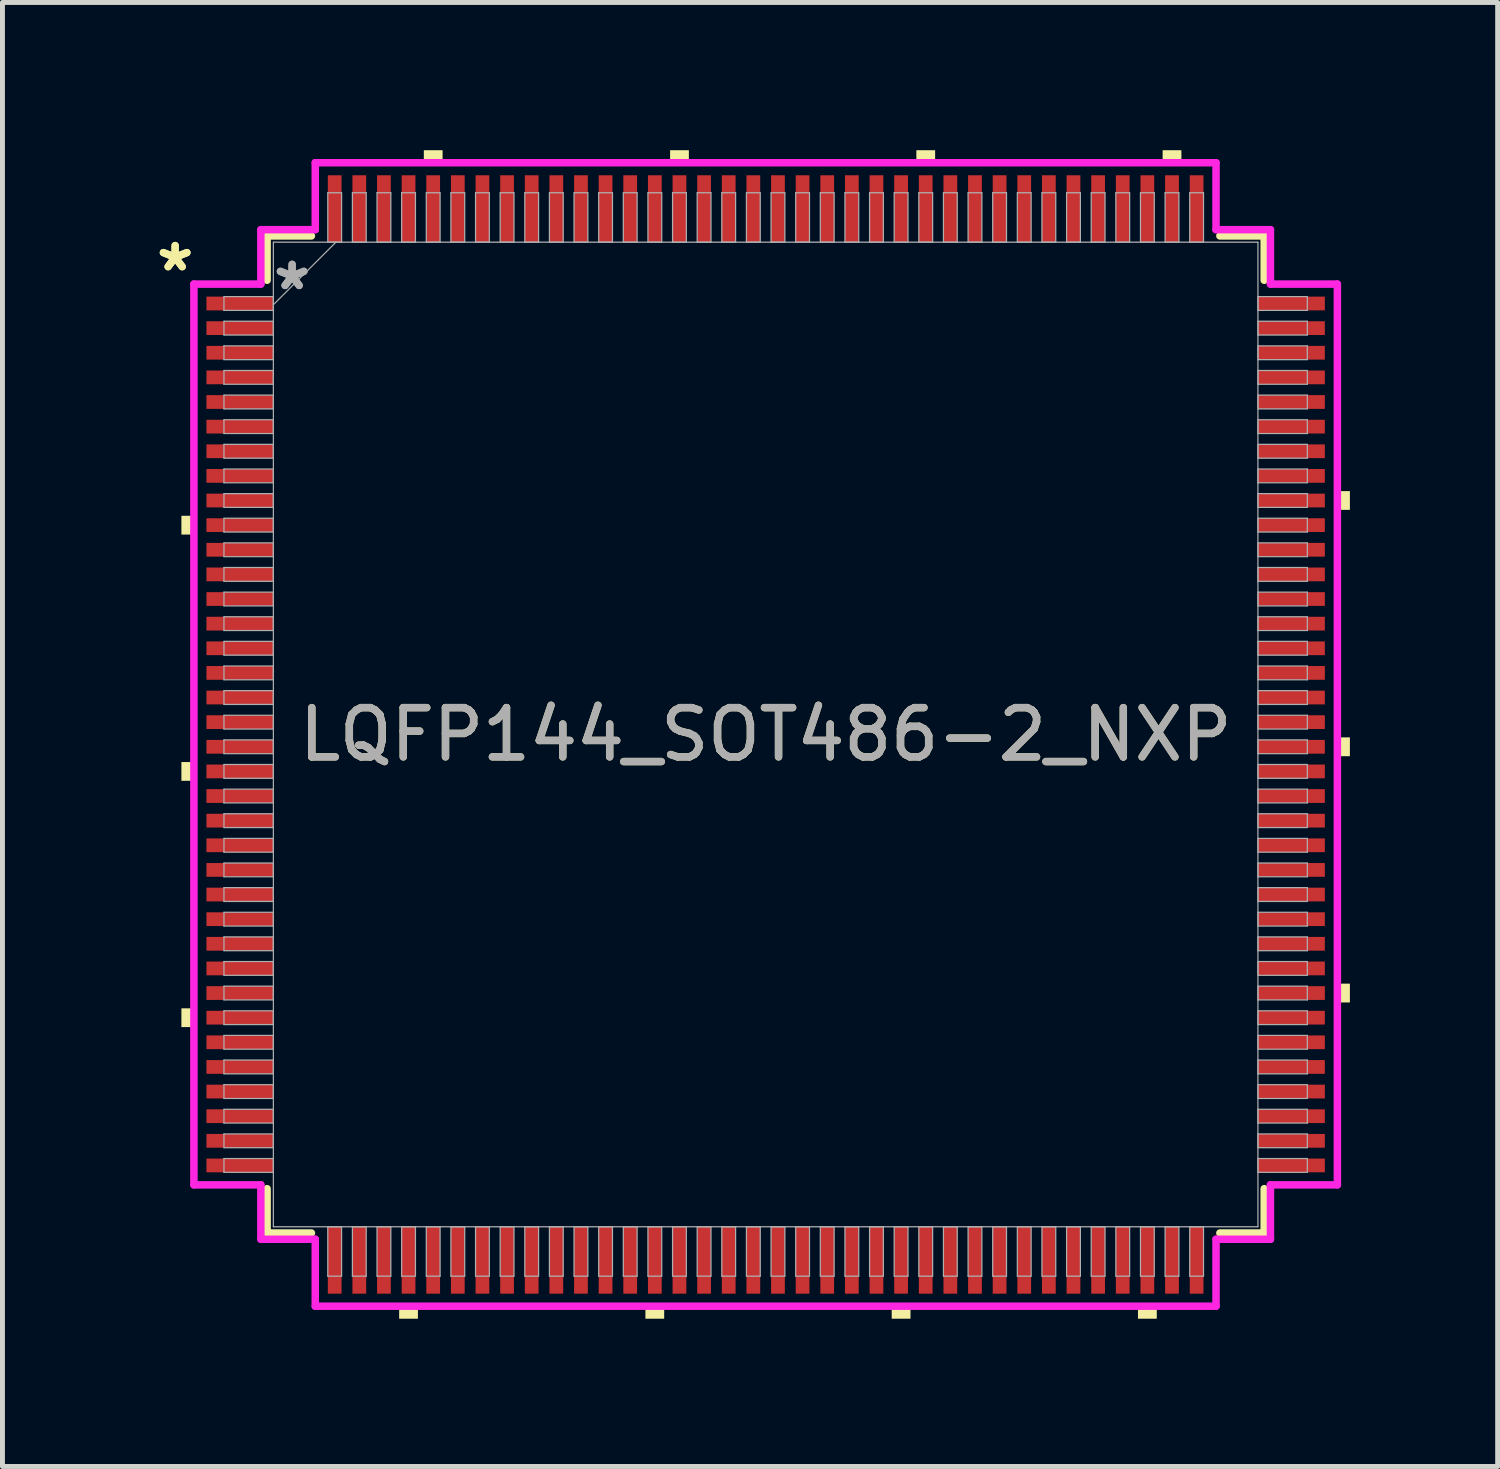
<source format=kicad_pcb>
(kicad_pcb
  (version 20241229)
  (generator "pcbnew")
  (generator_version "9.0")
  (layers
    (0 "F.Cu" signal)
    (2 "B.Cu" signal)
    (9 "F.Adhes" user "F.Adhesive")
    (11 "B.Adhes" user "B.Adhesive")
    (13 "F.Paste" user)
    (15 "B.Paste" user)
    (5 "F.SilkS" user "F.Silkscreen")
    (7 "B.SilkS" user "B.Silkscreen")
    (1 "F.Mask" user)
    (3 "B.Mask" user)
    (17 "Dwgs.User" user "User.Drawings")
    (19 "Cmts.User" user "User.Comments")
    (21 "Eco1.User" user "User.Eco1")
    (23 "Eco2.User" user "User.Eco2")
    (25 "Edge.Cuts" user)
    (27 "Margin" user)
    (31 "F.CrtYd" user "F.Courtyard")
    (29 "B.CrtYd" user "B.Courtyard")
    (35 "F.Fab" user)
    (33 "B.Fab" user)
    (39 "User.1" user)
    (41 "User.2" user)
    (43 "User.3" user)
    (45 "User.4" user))
  (footprint "LQFP144_SOT486-2_NXP"
    (layer "F.Cu")
    (at 12.495 11.862)
    (property "Reference" "LQFP144_SOT486-2_NXP" (at 0 0 0) (unlocked yes) (layer "F.SilkS") (effects (font (size 1 1) (thickness 0.15))))
    (attr smd)
    (fp_line (start -10.122 -10.122) (end -10.122 -9.222) (stroke (width 0.152) (type solid)) (layer "F.SilkS"))
    (fp_line (start -10.122 9.222) (end -10.122 10.122) (stroke (width 0.152) (type solid)) (layer "F.SilkS"))
    (fp_line (start -10.122 10.122) (end -9.222 10.122) (stroke (width 0.152) (type solid)) (layer "F.SilkS"))
    (fp_line (start -9.222 -10.122) (end -10.122 -10.122) (stroke (width 0.152) (type solid)) (layer "F.SilkS"))
    (fp_line (start 9.222 10.122) (end 10.122 10.122) (stroke (width 0.152) (type solid)) (layer "F.SilkS"))
    (fp_line (start 10.122 -10.122) (end 9.222 -10.122) (stroke (width 0.152) (type solid)) (layer "F.SilkS"))
    (fp_line (start 10.122 -9.222) (end 10.122 -10.122) (stroke (width 0.152) (type solid)) (layer "F.SilkS"))
    (fp_line (start 10.122 10.122) (end 10.122 9.222) (stroke (width 0.152) (type solid)) (layer "F.SilkS"))
    (fp_poly (pts (xy -11.862 -4.44) (xy -11.862 -4.059) (xy -11.608 -4.059) (xy -11.608 -4.44)) (stroke (width 0) (type solid)) (fill yes) (layer "F.SilkS"))
    (fp_poly (pts (xy -11.862 0.56) (xy -11.862 0.941) (xy -11.608 0.941) (xy -11.608 0.56)) (stroke (width 0) (type solid)) (fill yes) (layer "F.SilkS"))
    (fp_poly (pts (xy -11.862 5.56) (xy -11.862 5.941) (xy -11.608 5.941) (xy -11.608 5.56)) (stroke (width 0) (type solid)) (fill yes) (layer "F.SilkS"))
    (fp_poly (pts (xy -7.441 11.608) (xy -7.441 11.862) (xy -7.06 11.862) (xy -7.06 11.608)) (stroke (width 0) (type solid)) (fill yes) (layer "F.SilkS"))
    (fp_poly (pts (xy -6.94 -11.608) (xy -6.94 -11.862) (xy -6.559 -11.862) (xy -6.559 -11.608)) (stroke (width 0) (type solid)) (fill yes) (layer "F.SilkS"))
    (fp_poly (pts (xy -2.441 11.608) (xy -2.441 11.862) (xy -2.06 11.862) (xy -2.06 11.608)) (stroke (width 0) (type solid)) (fill yes) (layer "F.SilkS"))
    (fp_poly (pts (xy -1.94 -11.608) (xy -1.94 -11.862) (xy -1.559 -11.862) (xy -1.559 -11.608)) (stroke (width 0) (type solid)) (fill yes) (layer "F.SilkS"))
    (fp_poly (pts (xy 2.559 11.608) (xy 2.559 11.862) (xy 2.941 11.862) (xy 2.941 11.608)) (stroke (width 0) (type solid)) (fill yes) (layer "F.SilkS"))
    (fp_poly (pts (xy 3.06 -11.608) (xy 3.06 -11.862) (xy 3.441 -11.862) (xy 3.441 -11.608)) (stroke (width 0) (type solid)) (fill yes) (layer "F.SilkS"))
    (fp_poly (pts (xy 7.559 11.608) (xy 7.559 11.862) (xy 7.941 11.862) (xy 7.941 11.608)) (stroke (width 0) (type solid)) (fill yes) (layer "F.SilkS"))
    (fp_poly (pts (xy 8.06 -11.608) (xy 8.06 -11.862) (xy 8.441 -11.862) (xy 8.441 -11.608)) (stroke (width 0) (type solid)) (fill yes) (layer "F.SilkS"))
    (fp_poly (pts (xy 11.862 -4.941) (xy 11.862 -4.56) (xy 11.608 -4.56) (xy 11.608 -4.941)) (stroke (width 0) (type solid)) (fill yes) (layer "F.SilkS"))
    (fp_poly (pts (xy 11.862 0.059) (xy 11.862 0.441) (xy 11.608 0.441) (xy 11.608 0.059)) (stroke (width 0) (type solid)) (fill yes) (layer "F.SilkS"))
    (fp_poly (pts (xy 11.862 5.059) (xy 11.862 5.441) (xy 11.608 5.441) (xy 11.608 5.059)) (stroke (width 0) (type solid)) (fill yes) (layer "F.SilkS"))
    (fp_line (start -11.608 -9.144) (end -10.249 -9.144) (stroke (width 0.152) (type solid)) (layer "F.CrtYd"))
    (fp_line (start -11.608 9.144) (end -11.608 -9.144) (stroke (width 0.152) (type solid)) (layer "F.CrtYd"))
    (fp_line (start -10.249 -10.249) (end -9.144 -10.249) (stroke (width 0.152) (type solid)) (layer "F.CrtYd"))
    (fp_line (start -10.249 -9.144) (end -10.249 -10.249) (stroke (width 0.152) (type solid)) (layer "F.CrtYd"))
    (fp_line (start -10.249 9.144) (end -11.608 9.144) (stroke (width 0.152) (type solid)) (layer "F.CrtYd"))
    (fp_line (start -10.249 10.249) (end -10.249 9.144) (stroke (width 0.152) (type solid)) (layer "F.CrtYd"))
    (fp_line (start -10.249 10.249) (end -9.144 10.249) (stroke (width 0.152) (type solid)) (layer "F.CrtYd"))
    (fp_line (start -9.144 -11.608) (end 9.144 -11.608) (stroke (width 0.152) (type solid)) (layer "F.CrtYd"))
    (fp_line (start -9.144 -10.249) (end -9.144 -11.608) (stroke (width 0.152) (type solid)) (layer "F.CrtYd"))
    (fp_line (start -9.144 10.249) (end -9.144 11.608) (stroke (width 0.152) (type solid)) (layer "F.CrtYd"))
    (fp_line (start -9.144 11.608) (end 9.144 11.608) (stroke (width 0.152) (type solid)) (layer "F.CrtYd"))
    (fp_line (start 9.144 -11.608) (end 9.144 -10.249) (stroke (width 0.152) (type solid)) (layer "F.CrtYd"))
    (fp_line (start 9.144 -10.249) (end 10.249 -10.249) (stroke (width 0.152) (type solid)) (layer "F.CrtYd"))
    (fp_line (start 9.144 10.249) (end 10.249 10.249) (stroke (width 0.152) (type solid)) (layer "F.CrtYd"))
    (fp_line (start 9.144 11.608) (end 9.144 10.249) (stroke (width 0.152) (type solid)) (layer "F.CrtYd"))
    (fp_line (start 10.249 -9.144) (end 10.249 -10.249) (stroke (width 0.152) (type solid)) (layer "F.CrtYd"))
    (fp_line (start 10.249 9.144) (end 11.608 9.144) (stroke (width 0.152) (type solid)) (layer "F.CrtYd"))
    (fp_line (start 10.249 10.249) (end 10.249 9.144) (stroke (width 0.152) (type solid)) (layer "F.CrtYd"))
    (fp_line (start 11.608 -9.144) (end 10.249 -9.144) (stroke (width 0.152) (type solid)) (layer "F.CrtYd"))
    (fp_line (start 11.608 9.144) (end 11.608 -9.144) (stroke (width 0.152) (type solid)) (layer "F.CrtYd"))
    (fp_line (start -10.998 -8.89) (end -10.998 -8.61) (stroke (width 0.025) (type solid)) (layer "F.Fab"))
    (fp_line (start -10.998 -8.61) (end -9.995 -8.61) (stroke (width 0.025) (type solid)) (layer "F.Fab"))
    (fp_line (start -10.998 -8.39) (end -10.998 -8.11) (stroke (width 0.025) (type solid)) (layer "F.Fab"))
    (fp_line (start -10.998 -8.11) (end -9.995 -8.11) (stroke (width 0.025) (type solid)) (layer "F.Fab"))
    (fp_line (start -10.998 -7.89) (end -10.998 -7.61) (stroke (width 0.025) (type solid)) (layer "F.Fab"))
    (fp_line (start -10.998 -7.61) (end -9.995 -7.61) (stroke (width 0.025) (type solid)) (layer "F.Fab"))
    (fp_line (start -10.998 -7.39) (end -10.998 -7.11) (stroke (width 0.025) (type solid)) (layer "F.Fab"))
    (fp_line (start -10.998 -7.11) (end -9.995 -7.11) (stroke (width 0.025) (type solid)) (layer "F.Fab"))
    (fp_line (start -10.998 -6.89) (end -10.998 -6.61) (stroke (width 0.025) (type solid)) (layer "F.Fab"))
    (fp_line (start -10.998 -6.61) (end -9.995 -6.61) (stroke (width 0.025) (type solid)) (layer "F.Fab"))
    (fp_line (start -10.998 -6.39) (end -10.998 -6.11) (stroke (width 0.025) (type solid)) (layer "F.Fab"))
    (fp_line (start -10.998 -6.11) (end -9.995 -6.11) (stroke (width 0.025) (type solid)) (layer "F.Fab"))
    (fp_line (start -10.998 -5.89) (end -10.998 -5.61) (stroke (width 0.025) (type solid)) (layer "F.Fab"))
    (fp_line (start -10.998 -5.61) (end -9.995 -5.61) (stroke (width 0.025) (type solid)) (layer "F.Fab"))
    (fp_line (start -10.998 -5.39) (end -10.998 -5.11) (stroke (width 0.025) (type solid)) (layer "F.Fab"))
    (fp_line (start -10.998 -5.11) (end -9.995 -5.11) (stroke (width 0.025) (type solid)) (layer "F.Fab"))
    (fp_line (start -10.998 -4.89) (end -10.998 -4.61) (stroke (width 0.025) (type solid)) (layer "F.Fab"))
    (fp_line (start -10.998 -4.61) (end -9.995 -4.61) (stroke (width 0.025) (type solid)) (layer "F.Fab"))
    (fp_line (start -10.998 -4.39) (end -10.998 -4.11) (stroke (width 0.025) (type solid)) (layer "F.Fab"))
    (fp_line (start -10.998 -4.11) (end -9.995 -4.11) (stroke (width 0.025) (type solid)) (layer "F.Fab"))
    (fp_line (start -10.998 -3.89) (end -10.998 -3.61) (stroke (width 0.025) (type solid)) (layer "F.Fab"))
    (fp_line (start -10.998 -3.61) (end -9.995 -3.61) (stroke (width 0.025) (type solid)) (layer "F.Fab"))
    (fp_line (start -10.998 -3.39) (end -10.998 -3.11) (stroke (width 0.025) (type solid)) (layer "F.Fab"))
    (fp_line (start -10.998 -3.11) (end -9.995 -3.11) (stroke (width 0.025) (type solid)) (layer "F.Fab"))
    (fp_line (start -10.998 -2.89) (end -10.998 -2.61) (stroke (width 0.025) (type solid)) (layer "F.Fab"))
    (fp_line (start -10.998 -2.61) (end -9.995 -2.61) (stroke (width 0.025) (type solid)) (layer "F.Fab"))
    (fp_line (start -10.998 -2.39) (end -10.998 -2.11) (stroke (width 0.025) (type solid)) (layer "F.Fab"))
    (fp_line (start -10.998 -2.11) (end -9.995 -2.11) (stroke (width 0.025) (type solid)) (layer "F.Fab"))
    (fp_line (start -10.998 -1.89) (end -10.998 -1.61) (stroke (width 0.025) (type solid)) (layer "F.Fab"))
    (fp_line (start -10.998 -1.61) (end -9.995 -1.61) (stroke (width 0.025) (type solid)) (layer "F.Fab"))
    (fp_line (start -10.998 -1.39) (end -10.998 -1.11) (stroke (width 0.025) (type solid)) (layer "F.Fab"))
    (fp_line (start -10.998 -1.11) (end -9.995 -1.11) (stroke (width 0.025) (type solid)) (layer "F.Fab"))
    (fp_line (start -10.998 -0.89) (end -10.998 -0.61) (stroke (width 0.025) (type solid)) (layer "F.Fab"))
    (fp_line (start -10.998 -0.61) (end -9.995 -0.61) (stroke (width 0.025) (type solid)) (layer "F.Fab"))
    (fp_line (start -10.998 -0.39) (end -10.998 -0.11) (stroke (width 0.025) (type solid)) (layer "F.Fab"))
    (fp_line (start -10.998 -0.11) (end -9.995 -0.11) (stroke (width 0.025) (type solid)) (layer "F.Fab"))
    (fp_line (start -10.998 0.11) (end -10.998 0.39) (stroke (width 0.025) (type solid)) (layer "F.Fab"))
    (fp_line (start -10.998 0.39) (end -9.995 0.39) (stroke (width 0.025) (type solid)) (layer "F.Fab"))
    (fp_line (start -10.998 0.61) (end -10.998 0.89) (stroke (width 0.025) (type solid)) (layer "F.Fab"))
    (fp_line (start -10.998 0.89) (end -9.995 0.89) (stroke (width 0.025) (type solid)) (layer "F.Fab"))
    (fp_line (start -10.998 1.11) (end -10.998 1.39) (stroke (width 0.025) (type solid)) (layer "F.Fab"))
    (fp_line (start -10.998 1.39) (end -9.995 1.39) (stroke (width 0.025) (type solid)) (layer "F.Fab"))
    (fp_line (start -10.998 1.61) (end -10.998 1.89) (stroke (width 0.025) (type solid)) (layer "F.Fab"))
    (fp_line (start -10.998 1.89) (end -9.995 1.89) (stroke (width 0.025) (type solid)) (layer "F.Fab"))
    (fp_line (start -10.998 2.11) (end -10.998 2.39) (stroke (width 0.025) (type solid)) (layer "F.Fab"))
    (fp_line (start -10.998 2.39) (end -9.995 2.39) (stroke (width 0.025) (type solid)) (layer "F.Fab"))
    (fp_line (start -10.998 2.61) (end -10.998 2.89) (stroke (width 0.025) (type solid)) (layer "F.Fab"))
    (fp_line (start -10.998 2.89) (end -9.995 2.89) (stroke (width 0.025) (type solid)) (layer "F.Fab"))
    (fp_line (start -10.998 3.11) (end -10.998 3.39) (stroke (width 0.025) (type solid)) (layer "F.Fab"))
    (fp_line (start -10.998 3.39) (end -9.995 3.39) (stroke (width 0.025) (type solid)) (layer "F.Fab"))
    (fp_line (start -10.998 3.61) (end -10.998 3.89) (stroke (width 0.025) (type solid)) (layer "F.Fab"))
    (fp_line (start -10.998 3.89) (end -9.995 3.89) (stroke (width 0.025) (type solid)) (layer "F.Fab"))
    (fp_line (start -10.998 4.11) (end -10.998 4.39) (stroke (width 0.025) (type solid)) (layer "F.Fab"))
    (fp_line (start -10.998 4.39) (end -9.995 4.39) (stroke (width 0.025) (type solid)) (layer "F.Fab"))
    (fp_line (start -10.998 4.61) (end -10.998 4.89) (stroke (width 0.025) (type solid)) (layer "F.Fab"))
    (fp_line (start -10.998 4.89) (end -9.995 4.89) (stroke (width 0.025) (type solid)) (layer "F.Fab"))
    (fp_line (start -10.998 5.11) (end -10.998 5.39) (stroke (width 0.025) (type solid)) (layer "F.Fab"))
    (fp_line (start -10.998 5.39) (end -9.995 5.39) (stroke (width 0.025) (type solid)) (layer "F.Fab"))
    (fp_line (start -10.998 5.61) (end -10.998 5.89) (stroke (width 0.025) (type solid)) (layer "F.Fab"))
    (fp_line (start -10.998 5.89) (end -9.995 5.89) (stroke (width 0.025) (type solid)) (layer "F.Fab"))
    (fp_line (start -10.998 6.11) (end -10.998 6.39) (stroke (width 0.025) (type solid)) (layer "F.Fab"))
    (fp_line (start -10.998 6.39) (end -9.995 6.39) (stroke (width 0.025) (type solid)) (layer "F.Fab"))
    (fp_line (start -10.998 6.61) (end -10.998 6.89) (stroke (width 0.025) (type solid)) (layer "F.Fab"))
    (fp_line (start -10.998 6.89) (end -9.995 6.89) (stroke (width 0.025) (type solid)) (layer "F.Fab"))
    (fp_line (start -10.998 7.11) (end -10.998 7.39) (stroke (width 0.025) (type solid)) (layer "F.Fab"))
    (fp_line (start -10.998 7.39) (end -9.995 7.39) (stroke (width 0.025) (type solid)) (layer "F.Fab"))
    (fp_line (start -10.998 7.61) (end -10.998 7.89) (stroke (width 0.025) (type solid)) (layer "F.Fab"))
    (fp_line (start -10.998 7.89) (end -9.995 7.89) (stroke (width 0.025) (type solid)) (layer "F.Fab"))
    (fp_line (start -10.998 8.11) (end -10.998 8.39) (stroke (width 0.025) (type solid)) (layer "F.Fab"))
    (fp_line (start -10.998 8.39) (end -9.995 8.39) (stroke (width 0.025) (type solid)) (layer "F.Fab"))
    (fp_line (start -10.998 8.61) (end -10.998 8.89) (stroke (width 0.025) (type solid)) (layer "F.Fab"))
    (fp_line (start -10.998 8.89) (end -9.995 8.89) (stroke (width 0.025) (type solid)) (layer "F.Fab"))
    (fp_line (start -9.995 -9.995) (end -9.995 9.995) (stroke (width 0.025) (type solid)) (layer "F.Fab"))
    (fp_line (start -9.995 -8.89) (end -10.998 -8.89) (stroke (width 0.025) (type solid)) (layer "F.Fab"))
    (fp_line (start -9.995 -8.725) (end -8.725 -9.995) (stroke (width 0.025) (type solid)) (layer "F.Fab"))
    (fp_line (start -9.995 -8.61) (end -9.995 -8.89) (stroke (width 0.025) (type solid)) (layer "F.Fab"))
    (fp_line (start -9.995 -8.39) (end -10.998 -8.39) (stroke (width 0.025) (type solid)) (layer "F.Fab"))
    (fp_line (start -9.995 -8.11) (end -9.995 -8.39) (stroke (width 0.025) (type solid)) (layer "F.Fab"))
    (fp_line (start -9.995 -7.89) (end -10.998 -7.89) (stroke (width 0.025) (type solid)) (layer "F.Fab"))
    (fp_line (start -9.995 -7.61) (end -9.995 -7.89) (stroke (width 0.025) (type solid)) (layer "F.Fab"))
    (fp_line (start -9.995 -7.39) (end -10.998 -7.39) (stroke (width 0.025) (type solid)) (layer "F.Fab"))
    (fp_line (start -9.995 -7.11) (end -9.995 -7.39) (stroke (width 0.025) (type solid)) (layer "F.Fab"))
    (fp_line (start -9.995 -6.89) (end -10.998 -6.89) (stroke (width 0.025) (type solid)) (layer "F.Fab"))
    (fp_line (start -9.995 -6.61) (end -9.995 -6.89) (stroke (width 0.025) (type solid)) (layer "F.Fab"))
    (fp_line (start -9.995 -6.39) (end -10.998 -6.39) (stroke (width 0.025) (type solid)) (layer "F.Fab"))
    (fp_line (start -9.995 -6.11) (end -9.995 -6.39) (stroke (width 0.025) (type solid)) (layer "F.Fab"))
    (fp_line (start -9.995 -5.89) (end -10.998 -5.89) (stroke (width 0.025) (type solid)) (layer "F.Fab"))
    (fp_line (start -9.995 -5.61) (end -9.995 -5.89) (stroke (width 0.025) (type solid)) (layer "F.Fab"))
    (fp_line (start -9.995 -5.39) (end -10.998 -5.39) (stroke (width 0.025) (type solid)) (layer "F.Fab"))
    (fp_line (start -9.995 -5.11) (end -9.995 -5.39) (stroke (width 0.025) (type solid)) (layer "F.Fab"))
    (fp_line (start -9.995 -4.89) (end -10.998 -4.89) (stroke (width 0.025) (type solid)) (layer "F.Fab"))
    (fp_line (start -9.995 -4.61) (end -9.995 -4.89) (stroke (width 0.025) (type solid)) (layer "F.Fab"))
    (fp_line (start -9.995 -4.39) (end -10.998 -4.39) (stroke (width 0.025) (type solid)) (layer "F.Fab"))
    (fp_line (start -9.995 -4.11) (end -9.995 -4.39) (stroke (width 0.025) (type solid)) (layer "F.Fab"))
    (fp_line (start -9.995 -3.89) (end -10.998 -3.89) (stroke (width 0.025) (type solid)) (layer "F.Fab"))
    (fp_line (start -9.995 -3.61) (end -9.995 -3.89) (stroke (width 0.025) (type solid)) (layer "F.Fab"))
    (fp_line (start -9.995 -3.39) (end -10.998 -3.39) (stroke (width 0.025) (type solid)) (layer "F.Fab"))
    (fp_line (start -9.995 -3.11) (end -9.995 -3.39) (stroke (width 0.025) (type solid)) (layer "F.Fab"))
    (fp_line (start -9.995 -2.89) (end -10.998 -2.89) (stroke (width 0.025) (type solid)) (layer "F.Fab"))
    (fp_line (start -9.995 -2.61) (end -9.995 -2.89) (stroke (width 0.025) (type solid)) (layer "F.Fab"))
    (fp_line (start -9.995 -2.39) (end -10.998 -2.39) (stroke (width 0.025) (type solid)) (layer "F.Fab"))
    (fp_line (start -9.995 -2.11) (end -9.995 -2.39) (stroke (width 0.025) (type solid)) (layer "F.Fab"))
    (fp_line (start -9.995 -1.89) (end -10.998 -1.89) (stroke (width 0.025) (type solid)) (layer "F.Fab"))
    (fp_line (start -9.995 -1.61) (end -9.995 -1.89) (stroke (width 0.025) (type solid)) (layer "F.Fab"))
    (fp_line (start -9.995 -1.39) (end -10.998 -1.39) (stroke (width 0.025) (type solid)) (layer "F.Fab"))
    (fp_line (start -9.995 -1.11) (end -9.995 -1.39) (stroke (width 0.025) (type solid)) (layer "F.Fab"))
    (fp_line (start -9.995 -0.89) (end -10.998 -0.89) (stroke (width 0.025) (type solid)) (layer "F.Fab"))
    (fp_line (start -9.995 -0.61) (end -9.995 -0.89) (stroke (width 0.025) (type solid)) (layer "F.Fab"))
    (fp_line (start -9.995 -0.39) (end -10.998 -0.39) (stroke (width 0.025) (type solid)) (layer "F.Fab"))
    (fp_line (start -9.995 -0.11) (end -9.995 -0.39) (stroke (width 0.025) (type solid)) (layer "F.Fab"))
    (fp_line (start -9.995 0.11) (end -10.998 0.11) (stroke (width 0.025) (type solid)) (layer "F.Fab"))
    (fp_line (start -9.995 0.39) (end -9.995 0.11) (stroke (width 0.025) (type solid)) (layer "F.Fab"))
    (fp_line (start -9.995 0.61) (end -10.998 0.61) (stroke (width 0.025) (type solid)) (layer "F.Fab"))
    (fp_line (start -9.995 0.89) (end -9.995 0.61) (stroke (width 0.025) (type solid)) (layer "F.Fab"))
    (fp_line (start -9.995 1.11) (end -10.998 1.11) (stroke (width 0.025) (type solid)) (layer "F.Fab"))
    (fp_line (start -9.995 1.39) (end -9.995 1.11) (stroke (width 0.025) (type solid)) (layer "F.Fab"))
    (fp_line (start -9.995 1.61) (end -10.998 1.61) (stroke (width 0.025) (type solid)) (layer "F.Fab"))
    (fp_line (start -9.995 1.89) (end -9.995 1.61) (stroke (width 0.025) (type solid)) (layer "F.Fab"))
    (fp_line (start -9.995 2.11) (end -10.998 2.11) (stroke (width 0.025) (type solid)) (layer "F.Fab"))
    (fp_line (start -9.995 2.39) (end -9.995 2.11) (stroke (width 0.025) (type solid)) (layer "F.Fab"))
    (fp_line (start -9.995 2.61) (end -10.998 2.61) (stroke (width 0.025) (type solid)) (layer "F.Fab"))
    (fp_line (start -9.995 2.89) (end -9.995 2.61) (stroke (width 0.025) (type solid)) (layer "F.Fab"))
    (fp_line (start -9.995 3.11) (end -10.998 3.11) (stroke (width 0.025) (type solid)) (layer "F.Fab"))
    (fp_line (start -9.995 3.39) (end -9.995 3.11) (stroke (width 0.025) (type solid)) (layer "F.Fab"))
    (fp_line (start -9.995 3.61) (end -10.998 3.61) (stroke (width 0.025) (type solid)) (layer "F.Fab"))
    (fp_line (start -9.995 3.89) (end -9.995 3.61) (stroke (width 0.025) (type solid)) (layer "F.Fab"))
    (fp_line (start -9.995 4.11) (end -10.998 4.11) (stroke (width 0.025) (type solid)) (layer "F.Fab"))
    (fp_line (start -9.995 4.39) (end -9.995 4.11) (stroke (width 0.025) (type solid)) (layer "F.Fab"))
    (fp_line (start -9.995 4.61) (end -10.998 4.61) (stroke (width 0.025) (type solid)) (layer "F.Fab"))
    (fp_line (start -9.995 4.89) (end -9.995 4.61) (stroke (width 0.025) (type solid)) (layer "F.Fab"))
    (fp_line (start -9.995 5.11) (end -10.998 5.11) (stroke (width 0.025) (type solid)) (layer "F.Fab"))
    (fp_line (start -9.995 5.39) (end -9.995 5.11) (stroke (width 0.025) (type solid)) (layer "F.Fab"))
    (fp_line (start -9.995 5.61) (end -10.998 5.61) (stroke (width 0.025) (type solid)) (layer "F.Fab"))
    (fp_line (start -9.995 5.89) (end -9.995 5.61) (stroke (width 0.025) (type solid)) (layer "F.Fab"))
    (fp_line (start -9.995 6.11) (end -10.998 6.11) (stroke (width 0.025) (type solid)) (layer "F.Fab"))
    (fp_line (start -9.995 6.39) (end -9.995 6.11) (stroke (width 0.025) (type solid)) (layer "F.Fab"))
    (fp_line (start -9.995 6.61) (end -10.998 6.61) (stroke (width 0.025) (type solid)) (layer "F.Fab"))
    (fp_line (start -9.995 6.89) (end -9.995 6.61) (stroke (width 0.025) (type solid)) (layer "F.Fab"))
    (fp_line (start -9.995 7.11) (end -10.998 7.11) (stroke (width 0.025) (type solid)) (layer "F.Fab"))
    (fp_line (start -9.995 7.39) (end -9.995 7.11) (stroke (width 0.025) (type solid)) (layer "F.Fab"))
    (fp_line (start -9.995 7.61) (end -10.998 7.61) (stroke (width 0.025) (type solid)) (layer "F.Fab"))
    (fp_line (start -9.995 7.89) (end -9.995 7.61) (stroke (width 0.025) (type solid)) (layer "F.Fab"))
    (fp_line (start -9.995 8.11) (end -10.998 8.11) (stroke (width 0.025) (type solid)) (layer "F.Fab"))
    (fp_line (start -9.995 8.39) (end -9.995 8.11) (stroke (width 0.025) (type solid)) (layer "F.Fab"))
    (fp_line (start -9.995 8.61) (end -10.998 8.61) (stroke (width 0.025) (type solid)) (layer "F.Fab"))
    (fp_line (start -9.995 8.89) (end -9.995 8.61) (stroke (width 0.025) (type solid)) (layer "F.Fab"))
    (fp_line (start -9.995 9.995) (end 9.995 9.995) (stroke (width 0.025) (type solid)) (layer "F.Fab"))
    (fp_line (start -8.89 -10.998) (end -8.89 -9.995) (stroke (width 0.025) (type solid)) (layer "F.Fab"))
    (fp_line (start -8.89 -9.995) (end -8.61 -9.995) (stroke (width 0.025) (type solid)) (layer "F.Fab"))
    (fp_line (start -8.89 9.995) (end -8.89 10.998) (stroke (width 0.025) (type solid)) (layer "F.Fab"))
    (fp_line (start -8.89 10.998) (end -8.61 10.998) (stroke (width 0.025) (type solid)) (layer "F.Fab"))
    (fp_line (start -8.61 -10.998) (end -8.89 -10.998) (stroke (width 0.025) (type solid)) (layer "F.Fab"))
    (fp_line (start -8.61 -9.995) (end -8.61 -10.998) (stroke (width 0.025) (type solid)) (layer "F.Fab"))
    (fp_line (start -8.61 9.995) (end -8.89 9.995) (stroke (width 0.025) (type solid)) (layer "F.Fab"))
    (fp_line (start -8.61 10.998) (end -8.61 9.995) (stroke (width 0.025) (type solid)) (layer "F.Fab"))
    (fp_line (start -8.39 -10.998) (end -8.39 -9.995) (stroke (width 0.025) (type solid)) (layer "F.Fab"))
    (fp_line (start -8.39 -9.995) (end -8.11 -9.995) (stroke (width 0.025) (type solid)) (layer "F.Fab"))
    (fp_line (start -8.39 9.995) (end -8.39 10.998) (stroke (width 0.025) (type solid)) (layer "F.Fab"))
    (fp_line (start -8.39 10.998) (end -8.11 10.998) (stroke (width 0.025) (type solid)) (layer "F.Fab"))
    (fp_line (start -8.11 -10.998) (end -8.39 -10.998) (stroke (width 0.025) (type solid)) (layer "F.Fab"))
    (fp_line (start -8.11 -9.995) (end -8.11 -10.998) (stroke (width 0.025) (type solid)) (layer "F.Fab"))
    (fp_line (start -8.11 9.995) (end -8.39 9.995) (stroke (width 0.025) (type solid)) (layer "F.Fab"))
    (fp_line (start -8.11 10.998) (end -8.11 9.995) (stroke (width 0.025) (type solid)) (layer "F.Fab"))
    (fp_line (start -7.89 -10.998) (end -7.89 -9.995) (stroke (width 0.025) (type solid)) (layer "F.Fab"))
    (fp_line (start -7.89 -9.995) (end -7.61 -9.995) (stroke (width 0.025) (type solid)) (layer "F.Fab"))
    (fp_line (start -7.89 9.995) (end -7.89 10.998) (stroke (width 0.025) (type solid)) (layer "F.Fab"))
    (fp_line (start -7.89 10.998) (end -7.61 10.998) (stroke (width 0.025) (type solid)) (layer "F.Fab"))
    (fp_line (start -7.61 -10.998) (end -7.89 -10.998) (stroke (width 0.025) (type solid)) (layer "F.Fab"))
    (fp_line (start -7.61 -9.995) (end -7.61 -10.998) (stroke (width 0.025) (type solid)) (layer "F.Fab"))
    (fp_line (start -7.61 9.995) (end -7.89 9.995) (stroke (width 0.025) (type solid)) (layer "F.Fab"))
    (fp_line (start -7.61 10.998) (end -7.61 9.995) (stroke (width 0.025) (type solid)) (layer "F.Fab"))
    (fp_line (start -7.39 -10.998) (end -7.39 -9.995) (stroke (width 0.025) (type solid)) (layer "F.Fab"))
    (fp_line (start -7.39 -9.995) (end -7.11 -9.995) (stroke (width 0.025) (type solid)) (layer "F.Fab"))
    (fp_line (start -7.39 9.995) (end -7.39 10.998) (stroke (width 0.025) (type solid)) (layer "F.Fab"))
    (fp_line (start -7.39 10.998) (end -7.11 10.998) (stroke (width 0.025) (type solid)) (layer "F.Fab"))
    (fp_line (start -7.11 -10.998) (end -7.39 -10.998) (stroke (width 0.025) (type solid)) (layer "F.Fab"))
    (fp_line (start -7.11 -9.995) (end -7.11 -10.998) (stroke (width 0.025) (type solid)) (layer "F.Fab"))
    (fp_line (start -7.11 9.995) (end -7.39 9.995) (stroke (width 0.025) (type solid)) (layer "F.Fab"))
    (fp_line (start -7.11 10.998) (end -7.11 9.995) (stroke (width 0.025) (type solid)) (layer "F.Fab"))
    (fp_line (start -6.89 -10.998) (end -6.89 -9.995) (stroke (width 0.025) (type solid)) (layer "F.Fab"))
    (fp_line (start -6.89 -9.995) (end -6.61 -9.995) (stroke (width 0.025) (type solid)) (layer "F.Fab"))
    (fp_line (start -6.89 9.995) (end -6.89 10.998) (stroke (width 0.025) (type solid)) (layer "F.Fab"))
    (fp_line (start -6.89 10.998) (end -6.61 10.998) (stroke (width 0.025) (type solid)) (layer "F.Fab"))
    (fp_line (start -6.61 -10.998) (end -6.89 -10.998) (stroke (width 0.025) (type solid)) (layer "F.Fab"))
    (fp_line (start -6.61 -9.995) (end -6.61 -10.998) (stroke (width 0.025) (type solid)) (layer "F.Fab"))
    (fp_line (start -6.61 9.995) (end -6.89 9.995) (stroke (width 0.025) (type solid)) (layer "F.Fab"))
    (fp_line (start -6.61 10.998) (end -6.61 9.995) (stroke (width 0.025) (type solid)) (layer "F.Fab"))
    (fp_line (start -6.39 -10.998) (end -6.39 -9.995) (stroke (width 0.025) (type solid)) (layer "F.Fab"))
    (fp_line (start -6.39 -9.995) (end -6.11 -9.995) (stroke (width 0.025) (type solid)) (layer "F.Fab"))
    (fp_line (start -6.39 9.995) (end -6.39 10.998) (stroke (width 0.025) (type solid)) (layer "F.Fab"))
    (fp_line (start -6.39 10.998) (end -6.11 10.998) (stroke (width 0.025) (type solid)) (layer "F.Fab"))
    (fp_line (start -6.11 -10.998) (end -6.39 -10.998) (stroke (width 0.025) (type solid)) (layer "F.Fab"))
    (fp_line (start -6.11 -9.995) (end -6.11 -10.998) (stroke (width 0.025) (type solid)) (layer "F.Fab"))
    (fp_line (start -6.11 9.995) (end -6.39 9.995) (stroke (width 0.025) (type solid)) (layer "F.Fab"))
    (fp_line (start -6.11 10.998) (end -6.11 9.995) (stroke (width 0.025) (type solid)) (layer "F.Fab"))
    (fp_line (start -5.89 -10.998) (end -5.89 -9.995) (stroke (width 0.025) (type solid)) (layer "F.Fab"))
    (fp_line (start -5.89 -9.995) (end -5.61 -9.995) (stroke (width 0.025) (type solid)) (layer "F.Fab"))
    (fp_line (start -5.89 9.995) (end -5.89 10.998) (stroke (width 0.025) (type solid)) (layer "F.Fab"))
    (fp_line (start -5.89 10.998) (end -5.61 10.998) (stroke (width 0.025) (type solid)) (layer "F.Fab"))
    (fp_line (start -5.61 -10.998) (end -5.89 -10.998) (stroke (width 0.025) (type solid)) (layer "F.Fab"))
    (fp_line (start -5.61 -9.995) (end -5.61 -10.998) (stroke (width 0.025) (type solid)) (layer "F.Fab"))
    (fp_line (start -5.61 9.995) (end -5.89 9.995) (stroke (width 0.025) (type solid)) (layer "F.Fab"))
    (fp_line (start -5.61 10.998) (end -5.61 9.995) (stroke (width 0.025) (type solid)) (layer "F.Fab"))
    (fp_line (start -5.39 -10.998) (end -5.39 -9.995) (stroke (width 0.025) (type solid)) (layer "F.Fab"))
    (fp_line (start -5.39 -9.995) (end -5.11 -9.995) (stroke (width 0.025) (type solid)) (layer "F.Fab"))
    (fp_line (start -5.39 9.995) (end -5.39 10.998) (stroke (width 0.025) (type solid)) (layer "F.Fab"))
    (fp_line (start -5.39 10.998) (end -5.11 10.998) (stroke (width 0.025) (type solid)) (layer "F.Fab"))
    (fp_line (start -5.11 -10.998) (end -5.39 -10.998) (stroke (width 0.025) (type solid)) (layer "F.Fab"))
    (fp_line (start -5.11 -9.995) (end -5.11 -10.998) (stroke (width 0.025) (type solid)) (layer "F.Fab"))
    (fp_line (start -5.11 9.995) (end -5.39 9.995) (stroke (width 0.025) (type solid)) (layer "F.Fab"))
    (fp_line (start -5.11 10.998) (end -5.11 9.995) (stroke (width 0.025) (type solid)) (layer "F.Fab"))
    (fp_line (start -4.89 -10.998) (end -4.89 -9.995) (stroke (width 0.025) (type solid)) (layer "F.Fab"))
    (fp_line (start -4.89 -9.995) (end -4.61 -9.995) (stroke (width 0.025) (type solid)) (layer "F.Fab"))
    (fp_line (start -4.89 9.995) (end -4.89 10.998) (stroke (width 0.025) (type solid)) (layer "F.Fab"))
    (fp_line (start -4.89 10.998) (end -4.61 10.998) (stroke (width 0.025) (type solid)) (layer "F.Fab"))
    (fp_line (start -4.61 -10.998) (end -4.89 -10.998) (stroke (width 0.025) (type solid)) (layer "F.Fab"))
    (fp_line (start -4.61 -9.995) (end -4.61 -10.998) (stroke (width 0.025) (type solid)) (layer "F.Fab"))
    (fp_line (start -4.61 9.995) (end -4.89 9.995) (stroke (width 0.025) (type solid)) (layer "F.Fab"))
    (fp_line (start -4.61 10.998) (end -4.61 9.995) (stroke (width 0.025) (type solid)) (layer "F.Fab"))
    (fp_line (start -4.39 -10.998) (end -4.39 -9.995) (stroke (width 0.025) (type solid)) (layer "F.Fab"))
    (fp_line (start -4.39 -9.995) (end -4.11 -9.995) (stroke (width 0.025) (type solid)) (layer "F.Fab"))
    (fp_line (start -4.39 9.995) (end -4.39 10.998) (stroke (width 0.025) (type solid)) (layer "F.Fab"))
    (fp_line (start -4.39 10.998) (end -4.11 10.998) (stroke (width 0.025) (type solid)) (layer "F.Fab"))
    (fp_line (start -4.11 -10.998) (end -4.39 -10.998) (stroke (width 0.025) (type solid)) (layer "F.Fab"))
    (fp_line (start -4.11 -9.995) (end -4.11 -10.998) (stroke (width 0.025) (type solid)) (layer "F.Fab"))
    (fp_line (start -4.11 9.995) (end -4.39 9.995) (stroke (width 0.025) (type solid)) (layer "F.Fab"))
    (fp_line (start -4.11 10.998) (end -4.11 9.995) (stroke (width 0.025) (type solid)) (layer "F.Fab"))
    (fp_line (start -3.89 -10.998) (end -3.89 -9.995) (stroke (width 0.025) (type solid)) (layer "F.Fab"))
    (fp_line (start -3.89 -9.995) (end -3.61 -9.995) (stroke (width 0.025) (type solid)) (layer "F.Fab"))
    (fp_line (start -3.89 9.995) (end -3.89 10.998) (stroke (width 0.025) (type solid)) (layer "F.Fab"))
    (fp_line (start -3.89 10.998) (end -3.61 10.998) (stroke (width 0.025) (type solid)) (layer "F.Fab"))
    (fp_line (start -3.61 -10.998) (end -3.89 -10.998) (stroke (width 0.025) (type solid)) (layer "F.Fab"))
    (fp_line (start -3.61 -9.995) (end -3.61 -10.998) (stroke (width 0.025) (type solid)) (layer "F.Fab"))
    (fp_line (start -3.61 9.995) (end -3.89 9.995) (stroke (width 0.025) (type solid)) (layer "F.Fab"))
    (fp_line (start -3.61 10.998) (end -3.61 9.995) (stroke (width 0.025) (type solid)) (layer "F.Fab"))
    (fp_line (start -3.39 -10.998) (end -3.39 -9.995) (stroke (width 0.025) (type solid)) (layer "F.Fab"))
    (fp_line (start -3.39 -9.995) (end -3.11 -9.995) (stroke (width 0.025) (type solid)) (layer "F.Fab"))
    (fp_line (start -3.39 9.995) (end -3.39 10.998) (stroke (width 0.025) (type solid)) (layer "F.Fab"))
    (fp_line (start -3.39 10.998) (end -3.11 10.998) (stroke (width 0.025) (type solid)) (layer "F.Fab"))
    (fp_line (start -3.11 -10.998) (end -3.39 -10.998) (stroke (width 0.025) (type solid)) (layer "F.Fab"))
    (fp_line (start -3.11 -9.995) (end -3.11 -10.998) (stroke (width 0.025) (type solid)) (layer "F.Fab"))
    (fp_line (start -3.11 9.995) (end -3.39 9.995) (stroke (width 0.025) (type solid)) (layer "F.Fab"))
    (fp_line (start -3.11 10.998) (end -3.11 9.995) (stroke (width 0.025) (type solid)) (layer "F.Fab"))
    (fp_line (start -2.89 -10.998) (end -2.89 -9.995) (stroke (width 0.025) (type solid)) (layer "F.Fab"))
    (fp_line (start -2.89 -9.995) (end -2.61 -9.995) (stroke (width 0.025) (type solid)) (layer "F.Fab"))
    (fp_line (start -2.89 9.995) (end -2.89 10.998) (stroke (width 0.025) (type solid)) (layer "F.Fab"))
    (fp_line (start -2.89 10.998) (end -2.61 10.998) (stroke (width 0.025) (type solid)) (layer "F.Fab"))
    (fp_line (start -2.61 -10.998) (end -2.89 -10.998) (stroke (width 0.025) (type solid)) (layer "F.Fab"))
    (fp_line (start -2.61 -9.995) (end -2.61 -10.998) (stroke (width 0.025) (type solid)) (layer "F.Fab"))
    (fp_line (start -2.61 9.995) (end -2.89 9.995) (stroke (width 0.025) (type solid)) (layer "F.Fab"))
    (fp_line (start -2.61 10.998) (end -2.61 9.995) (stroke (width 0.025) (type solid)) (layer "F.Fab"))
    (fp_line (start -2.39 -10.998) (end -2.39 -9.995) (stroke (width 0.025) (type solid)) (layer "F.Fab"))
    (fp_line (start -2.39 -9.995) (end -2.11 -9.995) (stroke (width 0.025) (type solid)) (layer "F.Fab"))
    (fp_line (start -2.39 9.995) (end -2.39 10.998) (stroke (width 0.025) (type solid)) (layer "F.Fab"))
    (fp_line (start -2.39 10.998) (end -2.11 10.998) (stroke (width 0.025) (type solid)) (layer "F.Fab"))
    (fp_line (start -2.11 -10.998) (end -2.39 -10.998) (stroke (width 0.025) (type solid)) (layer "F.Fab"))
    (fp_line (start -2.11 -9.995) (end -2.11 -10.998) (stroke (width 0.025) (type solid)) (layer "F.Fab"))
    (fp_line (start -2.11 9.995) (end -2.39 9.995) (stroke (width 0.025) (type solid)) (layer "F.Fab"))
    (fp_line (start -2.11 10.998) (end -2.11 9.995) (stroke (width 0.025) (type solid)) (layer "F.Fab"))
    (fp_line (start -1.89 -10.998) (end -1.89 -9.995) (stroke (width 0.025) (type solid)) (layer "F.Fab"))
    (fp_line (start -1.89 -9.995) (end -1.61 -9.995) (stroke (width 0.025) (type solid)) (layer "F.Fab"))
    (fp_line (start -1.89 9.995) (end -1.89 10.998) (stroke (width 0.025) (type solid)) (layer "F.Fab"))
    (fp_line (start -1.89 10.998) (end -1.61 10.998) (stroke (width 0.025) (type solid)) (layer "F.Fab"))
    (fp_line (start -1.61 -10.998) (end -1.89 -10.998) (stroke (width 0.025) (type solid)) (layer "F.Fab"))
    (fp_line (start -1.61 -9.995) (end -1.61 -10.998) (stroke (width 0.025) (type solid)) (layer "F.Fab"))
    (fp_line (start -1.61 9.995) (end -1.89 9.995) (stroke (width 0.025) (type solid)) (layer "F.Fab"))
    (fp_line (start -1.61 10.998) (end -1.61 9.995) (stroke (width 0.025) (type solid)) (layer "F.Fab"))
    (fp_line (start -1.39 -10.998) (end -1.39 -9.995) (stroke (width 0.025) (type solid)) (layer "F.Fab"))
    (fp_line (start -1.39 -9.995) (end -1.11 -9.995) (stroke (width 0.025) (type solid)) (layer "F.Fab"))
    (fp_line (start -1.39 9.995) (end -1.39 10.998) (stroke (width 0.025) (type solid)) (layer "F.Fab"))
    (fp_line (start -1.39 10.998) (end -1.11 10.998) (stroke (width 0.025) (type solid)) (layer "F.Fab"))
    (fp_line (start -1.11 -10.998) (end -1.39 -10.998) (stroke (width 0.025) (type solid)) (layer "F.Fab"))
    (fp_line (start -1.11 -9.995) (end -1.11 -10.998) (stroke (width 0.025) (type solid)) (layer "F.Fab"))
    (fp_line (start -1.11 9.995) (end -1.39 9.995) (stroke (width 0.025) (type solid)) (layer "F.Fab"))
    (fp_line (start -1.11 10.998) (end -1.11 9.995) (stroke (width 0.025) (type solid)) (layer "F.Fab"))
    (fp_line (start -0.89 -10.998) (end -0.89 -9.995) (stroke (width 0.025) (type solid)) (layer "F.Fab"))
    (fp_line (start -0.89 -9.995) (end -0.61 -9.995) (stroke (width 0.025) (type solid)) (layer "F.Fab"))
    (fp_line (start -0.89 9.995) (end -0.89 10.998) (stroke (width 0.025) (type solid)) (layer "F.Fab"))
    (fp_line (start -0.89 10.998) (end -0.61 10.998) (stroke (width 0.025) (type solid)) (layer "F.Fab"))
    (fp_line (start -0.61 -10.998) (end -0.89 -10.998) (stroke (width 0.025) (type solid)) (layer "F.Fab"))
    (fp_line (start -0.61 -9.995) (end -0.61 -10.998) (stroke (width 0.025) (type solid)) (layer "F.Fab"))
    (fp_line (start -0.61 9.995) (end -0.89 9.995) (stroke (width 0.025) (type solid)) (layer "F.Fab"))
    (fp_line (start -0.61 10.998) (end -0.61 9.995) (stroke (width 0.025) (type solid)) (layer "F.Fab"))
    (fp_line (start -0.39 -10.998) (end -0.39 -9.995) (stroke (width 0.025) (type solid)) (layer "F.Fab"))
    (fp_line (start -0.39 -9.995) (end -0.11 -9.995) (stroke (width 0.025) (type solid)) (layer "F.Fab"))
    (fp_line (start -0.39 9.995) (end -0.39 10.998) (stroke (width 0.025) (type solid)) (layer "F.Fab"))
    (fp_line (start -0.39 10.998) (end -0.11 10.998) (stroke (width 0.025) (type solid)) (layer "F.Fab"))
    (fp_line (start -0.11 -10.998) (end -0.39 -10.998) (stroke (width 0.025) (type solid)) (layer "F.Fab"))
    (fp_line (start -0.11 -9.995) (end -0.11 -10.998) (stroke (width 0.025) (type solid)) (layer "F.Fab"))
    (fp_line (start -0.11 9.995) (end -0.39 9.995) (stroke (width 0.025) (type solid)) (layer "F.Fab"))
    (fp_line (start -0.11 10.998) (end -0.11 9.995) (stroke (width 0.025) (type solid)) (layer "F.Fab"))
    (fp_line (start 0.11 -10.998) (end 0.11 -9.995) (stroke (width 0.025) (type solid)) (layer "F.Fab"))
    (fp_line (start 0.11 -9.995) (end 0.39 -9.995) (stroke (width 0.025) (type solid)) (layer "F.Fab"))
    (fp_line (start 0.11 9.995) (end 0.11 10.998) (stroke (width 0.025) (type solid)) (layer "F.Fab"))
    (fp_line (start 0.11 10.998) (end 0.39 10.998) (stroke (width 0.025) (type solid)) (layer "F.Fab"))
    (fp_line (start 0.39 -10.998) (end 0.11 -10.998) (stroke (width 0.025) (type solid)) (layer "F.Fab"))
    (fp_line (start 0.39 -9.995) (end 0.39 -10.998) (stroke (width 0.025) (type solid)) (layer "F.Fab"))
    (fp_line (start 0.39 9.995) (end 0.11 9.995) (stroke (width 0.025) (type solid)) (layer "F.Fab"))
    (fp_line (start 0.39 10.998) (end 0.39 9.995) (stroke (width 0.025) (type solid)) (layer "F.Fab"))
    (fp_line (start 0.61 -10.998) (end 0.61 -9.995) (stroke (width 0.025) (type solid)) (layer "F.Fab"))
    (fp_line (start 0.61 -9.995) (end 0.89 -9.995) (stroke (width 0.025) (type solid)) (layer "F.Fab"))
    (fp_line (start 0.61 9.995) (end 0.61 10.998) (stroke (width 0.025) (type solid)) (layer "F.Fab"))
    (fp_line (start 0.61 10.998) (end 0.89 10.998) (stroke (width 0.025) (type solid)) (layer "F.Fab"))
    (fp_line (start 0.89 -10.998) (end 0.61 -10.998) (stroke (width 0.025) (type solid)) (layer "F.Fab"))
    (fp_line (start 0.89 -9.995) (end 0.89 -10.998) (stroke (width 0.025) (type solid)) (layer "F.Fab"))
    (fp_line (start 0.89 9.995) (end 0.61 9.995) (stroke (width 0.025) (type solid)) (layer "F.Fab"))
    (fp_line (start 0.89 10.998) (end 0.89 9.995) (stroke (width 0.025) (type solid)) (layer "F.Fab"))
    (fp_line (start 1.11 -10.998) (end 1.11 -9.995) (stroke (width 0.025) (type solid)) (layer "F.Fab"))
    (fp_line (start 1.11 -9.995) (end 1.39 -9.995) (stroke (width 0.025) (type solid)) (layer "F.Fab"))
    (fp_line (start 1.11 9.995) (end 1.11 10.998) (stroke (width 0.025) (type solid)) (layer "F.Fab"))
    (fp_line (start 1.11 10.998) (end 1.39 10.998) (stroke (width 0.025) (type solid)) (layer "F.Fab"))
    (fp_line (start 1.39 -10.998) (end 1.11 -10.998) (stroke (width 0.025) (type solid)) (layer "F.Fab"))
    (fp_line (start 1.39 -9.995) (end 1.39 -10.998) (stroke (width 0.025) (type solid)) (layer "F.Fab"))
    (fp_line (start 1.39 9.995) (end 1.11 9.995) (stroke (width 0.025) (type solid)) (layer "F.Fab"))
    (fp_line (start 1.39 10.998) (end 1.39 9.995) (stroke (width 0.025) (type solid)) (layer "F.Fab"))
    (fp_line (start 1.61 -10.998) (end 1.61 -9.995) (stroke (width 0.025) (type solid)) (layer "F.Fab"))
    (fp_line (start 1.61 -9.995) (end 1.89 -9.995) (stroke (width 0.025) (type solid)) (layer "F.Fab"))
    (fp_line (start 1.61 9.995) (end 1.61 10.998) (stroke (width 0.025) (type solid)) (layer "F.Fab"))
    (fp_line (start 1.61 10.998) (end 1.89 10.998) (stroke (width 0.025) (type solid)) (layer "F.Fab"))
    (fp_line (start 1.89 -10.998) (end 1.61 -10.998) (stroke (width 0.025) (type solid)) (layer "F.Fab"))
    (fp_line (start 1.89 -9.995) (end 1.89 -10.998) (stroke (width 0.025) (type solid)) (layer "F.Fab"))
    (fp_line (start 1.89 9.995) (end 1.61 9.995) (stroke (width 0.025) (type solid)) (layer "F.Fab"))
    (fp_line (start 1.89 10.998) (end 1.89 9.995) (stroke (width 0.025) (type solid)) (layer "F.Fab"))
    (fp_line (start 2.11 -10.998) (end 2.11 -9.995) (stroke (width 0.025) (type solid)) (layer "F.Fab"))
    (fp_line (start 2.11 -9.995) (end 2.39 -9.995) (stroke (width 0.025) (type solid)) (layer "F.Fab"))
    (fp_line (start 2.11 9.995) (end 2.11 10.998) (stroke (width 0.025) (type solid)) (layer "F.Fab"))
    (fp_line (start 2.11 10.998) (end 2.39 10.998) (stroke (width 0.025) (type solid)) (layer "F.Fab"))
    (fp_line (start 2.39 -10.998) (end 2.11 -10.998) (stroke (width 0.025) (type solid)) (layer "F.Fab"))
    (fp_line (start 2.39 -9.995) (end 2.39 -10.998) (stroke (width 0.025) (type solid)) (layer "F.Fab"))
    (fp_line (start 2.39 9.995) (end 2.11 9.995) (stroke (width 0.025) (type solid)) (layer "F.Fab"))
    (fp_line (start 2.39 10.998) (end 2.39 9.995) (stroke (width 0.025) (type solid)) (layer "F.Fab"))
    (fp_line (start 2.61 -10.998) (end 2.61 -9.995) (stroke (width 0.025) (type solid)) (layer "F.Fab"))
    (fp_line (start 2.61 -9.995) (end 2.89 -9.995) (stroke (width 0.025) (type solid)) (layer "F.Fab"))
    (fp_line (start 2.61 9.995) (end 2.61 10.998) (stroke (width 0.025) (type solid)) (layer "F.Fab"))
    (fp_line (start 2.61 10.998) (end 2.89 10.998) (stroke (width 0.025) (type solid)) (layer "F.Fab"))
    (fp_line (start 2.89 -10.998) (end 2.61 -10.998) (stroke (width 0.025) (type solid)) (layer "F.Fab"))
    (fp_line (start 2.89 -9.995) (end 2.89 -10.998) (stroke (width 0.025) (type solid)) (layer "F.Fab"))
    (fp_line (start 2.89 9.995) (end 2.61 9.995) (stroke (width 0.025) (type solid)) (layer "F.Fab"))
    (fp_line (start 2.89 10.998) (end 2.89 9.995) (stroke (width 0.025) (type solid)) (layer "F.Fab"))
    (fp_line (start 3.11 -10.998) (end 3.11 -9.995) (stroke (width 0.025) (type solid)) (layer "F.Fab"))
    (fp_line (start 3.11 -9.995) (end 3.39 -9.995) (stroke (width 0.025) (type solid)) (layer "F.Fab"))
    (fp_line (start 3.11 9.995) (end 3.11 10.998) (stroke (width 0.025) (type solid)) (layer "F.Fab"))
    (fp_line (start 3.11 10.998) (end 3.39 10.998) (stroke (width 0.025) (type solid)) (layer "F.Fab"))
    (fp_line (start 3.39 -10.998) (end 3.11 -10.998) (stroke (width 0.025) (type solid)) (layer "F.Fab"))
    (fp_line (start 3.39 -9.995) (end 3.39 -10.998) (stroke (width 0.025) (type solid)) (layer "F.Fab"))
    (fp_line (start 3.39 9.995) (end 3.11 9.995) (stroke (width 0.025) (type solid)) (layer "F.Fab"))
    (fp_line (start 3.39 10.998) (end 3.39 9.995) (stroke (width 0.025) (type solid)) (layer "F.Fab"))
    (fp_line (start 3.61 -10.998) (end 3.61 -9.995) (stroke (width 0.025) (type solid)) (layer "F.Fab"))
    (fp_line (start 3.61 -9.995) (end 3.89 -9.995) (stroke (width 0.025) (type solid)) (layer "F.Fab"))
    (fp_line (start 3.61 9.995) (end 3.61 10.998) (stroke (width 0.025) (type solid)) (layer "F.Fab"))
    (fp_line (start 3.61 10.998) (end 3.89 10.998) (stroke (width 0.025) (type solid)) (layer "F.Fab"))
    (fp_line (start 3.89 -10.998) (end 3.61 -10.998) (stroke (width 0.025) (type solid)) (layer "F.Fab"))
    (fp_line (start 3.89 -9.995) (end 3.89 -10.998) (stroke (width 0.025) (type solid)) (layer "F.Fab"))
    (fp_line (start 3.89 9.995) (end 3.61 9.995) (stroke (width 0.025) (type solid)) (layer "F.Fab"))
    (fp_line (start 3.89 10.998) (end 3.89 9.995) (stroke (width 0.025) (type solid)) (layer "F.Fab"))
    (fp_line (start 4.11 -10.998) (end 4.11 -9.995) (stroke (width 0.025) (type solid)) (layer "F.Fab"))
    (fp_line (start 4.11 -9.995) (end 4.39 -9.995) (stroke (width 0.025) (type solid)) (layer "F.Fab"))
    (fp_line (start 4.11 9.995) (end 4.11 10.998) (stroke (width 0.025) (type solid)) (layer "F.Fab"))
    (fp_line (start 4.11 10.998) (end 4.39 10.998) (stroke (width 0.025) (type solid)) (layer "F.Fab"))
    (fp_line (start 4.39 -10.998) (end 4.11 -10.998) (stroke (width 0.025) (type solid)) (layer "F.Fab"))
    (fp_line (start 4.39 -9.995) (end 4.39 -10.998) (stroke (width 0.025) (type solid)) (layer "F.Fab"))
    (fp_line (start 4.39 9.995) (end 4.11 9.995) (stroke (width 0.025) (type solid)) (layer "F.Fab"))
    (fp_line (start 4.39 10.998) (end 4.39 9.995) (stroke (width 0.025) (type solid)) (layer "F.Fab"))
    (fp_line (start 4.61 -10.998) (end 4.61 -9.995) (stroke (width 0.025) (type solid)) (layer "F.Fab"))
    (fp_line (start 4.61 -9.995) (end 4.89 -9.995) (stroke (width 0.025) (type solid)) (layer "F.Fab"))
    (fp_line (start 4.61 9.995) (end 4.61 10.998) (stroke (width 0.025) (type solid)) (layer "F.Fab"))
    (fp_line (start 4.61 10.998) (end 4.89 10.998) (stroke (width 0.025) (type solid)) (layer "F.Fab"))
    (fp_line (start 4.89 -10.998) (end 4.61 -10.998) (stroke (width 0.025) (type solid)) (layer "F.Fab"))
    (fp_line (start 4.89 -9.995) (end 4.89 -10.998) (stroke (width 0.025) (type solid)) (layer "F.Fab"))
    (fp_line (start 4.89 9.995) (end 4.61 9.995) (stroke (width 0.025) (type solid)) (layer "F.Fab"))
    (fp_line (start 4.89 10.998) (end 4.89 9.995) (stroke (width 0.025) (type solid)) (layer "F.Fab"))
    (fp_line (start 5.11 -10.998) (end 5.11 -9.995) (stroke (width 0.025) (type solid)) (layer "F.Fab"))
    (fp_line (start 5.11 -9.995) (end 5.39 -9.995) (stroke (width 0.025) (type solid)) (layer "F.Fab"))
    (fp_line (start 5.11 9.995) (end 5.11 10.998) (stroke (width 0.025) (type solid)) (layer "F.Fab"))
    (fp_line (start 5.11 10.998) (end 5.39 10.998) (stroke (width 0.025) (type solid)) (layer "F.Fab"))
    (fp_line (start 5.39 -10.998) (end 5.11 -10.998) (stroke (width 0.025) (type solid)) (layer "F.Fab"))
    (fp_line (start 5.39 -9.995) (end 5.39 -10.998) (stroke (width 0.025) (type solid)) (layer "F.Fab"))
    (fp_line (start 5.39 9.995) (end 5.11 9.995) (stroke (width 0.025) (type solid)) (layer "F.Fab"))
    (fp_line (start 5.39 10.998) (end 5.39 9.995) (stroke (width 0.025) (type solid)) (layer "F.Fab"))
    (fp_line (start 5.61 -10.998) (end 5.61 -9.995) (stroke (width 0.025) (type solid)) (layer "F.Fab"))
    (fp_line (start 5.61 -9.995) (end 5.89 -9.995) (stroke (width 0.025) (type solid)) (layer "F.Fab"))
    (fp_line (start 5.61 9.995) (end 5.61 10.998) (stroke (width 0.025) (type solid)) (layer "F.Fab"))
    (fp_line (start 5.61 10.998) (end 5.89 10.998) (stroke (width 0.025) (type solid)) (layer "F.Fab"))
    (fp_line (start 5.89 -10.998) (end 5.61 -10.998) (stroke (width 0.025) (type solid)) (layer "F.Fab"))
    (fp_line (start 5.89 -9.995) (end 5.89 -10.998) (stroke (width 0.025) (type solid)) (layer "F.Fab"))
    (fp_line (start 5.89 9.995) (end 5.61 9.995) (stroke (width 0.025) (type solid)) (layer "F.Fab"))
    (fp_line (start 5.89 10.998) (end 5.89 9.995) (stroke (width 0.025) (type solid)) (layer "F.Fab"))
    (fp_line (start 6.11 -10.998) (end 6.11 -9.995) (stroke (width 0.025) (type solid)) (layer "F.Fab"))
    (fp_line (start 6.11 -9.995) (end 6.39 -9.995) (stroke (width 0.025) (type solid)) (layer "F.Fab"))
    (fp_line (start 6.11 9.995) (end 6.11 10.998) (stroke (width 0.025) (type solid)) (layer "F.Fab"))
    (fp_line (start 6.11 10.998) (end 6.39 10.998) (stroke (width 0.025) (type solid)) (layer "F.Fab"))
    (fp_line (start 6.39 -10.998) (end 6.11 -10.998) (stroke (width 0.025) (type solid)) (layer "F.Fab"))
    (fp_line (start 6.39 -9.995) (end 6.39 -10.998) (stroke (width 0.025) (type solid)) (layer "F.Fab"))
    (fp_line (start 6.39 9.995) (end 6.11 9.995) (stroke (width 0.025) (type solid)) (layer "F.Fab"))
    (fp_line (start 6.39 10.998) (end 6.39 9.995) (stroke (width 0.025) (type solid)) (layer "F.Fab"))
    (fp_line (start 6.61 -10.998) (end 6.61 -9.995) (stroke (width 0.025) (type solid)) (layer "F.Fab"))
    (fp_line (start 6.61 -9.995) (end 6.89 -9.995) (stroke (width 0.025) (type solid)) (layer "F.Fab"))
    (fp_line (start 6.61 9.995) (end 6.61 10.998) (stroke (width 0.025) (type solid)) (layer "F.Fab"))
    (fp_line (start 6.61 10.998) (end 6.89 10.998) (stroke (width 0.025) (type solid)) (layer "F.Fab"))
    (fp_line (start 6.89 -10.998) (end 6.61 -10.998) (stroke (width 0.025) (type solid)) (layer "F.Fab"))
    (fp_line (start 6.89 -9.995) (end 6.89 -10.998) (stroke (width 0.025) (type solid)) (layer "F.Fab"))
    (fp_line (start 6.89 9.995) (end 6.61 9.995) (stroke (width 0.025) (type solid)) (layer "F.Fab"))
    (fp_line (start 6.89 10.998) (end 6.89 9.995) (stroke (width 0.025) (type solid)) (layer "F.Fab"))
    (fp_line (start 7.11 -10.998) (end 7.11 -9.995) (stroke (width 0.025) (type solid)) (layer "F.Fab"))
    (fp_line (start 7.11 -9.995) (end 7.39 -9.995) (stroke (width 0.025) (type solid)) (layer "F.Fab"))
    (fp_line (start 7.11 9.995) (end 7.11 10.998) (stroke (width 0.025) (type solid)) (layer "F.Fab"))
    (fp_line (start 7.11 10.998) (end 7.39 10.998) (stroke (width 0.025) (type solid)) (layer "F.Fab"))
    (fp_line (start 7.39 -10.998) (end 7.11 -10.998) (stroke (width 0.025) (type solid)) (layer "F.Fab"))
    (fp_line (start 7.39 -9.995) (end 7.39 -10.998) (stroke (width 0.025) (type solid)) (layer "F.Fab"))
    (fp_line (start 7.39 9.995) (end 7.11 9.995) (stroke (width 0.025) (type solid)) (layer "F.Fab"))
    (fp_line (start 7.39 10.998) (end 7.39 9.995) (stroke (width 0.025) (type solid)) (layer "F.Fab"))
    (fp_line (start 7.61 -10.998) (end 7.61 -9.995) (stroke (width 0.025) (type solid)) (layer "F.Fab"))
    (fp_line (start 7.61 -9.995) (end 7.89 -9.995) (stroke (width 0.025) (type solid)) (layer "F.Fab"))
    (fp_line (start 7.61 9.995) (end 7.61 10.998) (stroke (width 0.025) (type solid)) (layer "F.Fab"))
    (fp_line (start 7.61 10.998) (end 7.89 10.998) (stroke (width 0.025) (type solid)) (layer "F.Fab"))
    (fp_line (start 7.89 -10.998) (end 7.61 -10.998) (stroke (width 0.025) (type solid)) (layer "F.Fab"))
    (fp_line (start 7.89 -9.995) (end 7.89 -10.998) (stroke (width 0.025) (type solid)) (layer "F.Fab"))
    (fp_line (start 7.89 9.995) (end 7.61 9.995) (stroke (width 0.025) (type solid)) (layer "F.Fab"))
    (fp_line (start 7.89 10.998) (end 7.89 9.995) (stroke (width 0.025) (type solid)) (layer "F.Fab"))
    (fp_line (start 8.11 -10.998) (end 8.11 -9.995) (stroke (width 0.025) (type solid)) (layer "F.Fab"))
    (fp_line (start 8.11 -9.995) (end 8.39 -9.995) (stroke (width 0.025) (type solid)) (layer "F.Fab"))
    (fp_line (start 8.11 9.995) (end 8.11 10.998) (stroke (width 0.025) (type solid)) (layer "F.Fab"))
    (fp_line (start 8.11 10.998) (end 8.39 10.998) (stroke (width 0.025) (type solid)) (layer "F.Fab"))
    (fp_line (start 8.39 -10.998) (end 8.11 -10.998) (stroke (width 0.025) (type solid)) (layer "F.Fab"))
    (fp_line (start 8.39 -9.995) (end 8.39 -10.998) (stroke (width 0.025) (type solid)) (layer "F.Fab"))
    (fp_line (start 8.39 9.995) (end 8.11 9.995) (stroke (width 0.025) (type solid)) (layer "F.Fab"))
    (fp_line (start 8.39 10.998) (end 8.39 9.995) (stroke (width 0.025) (type solid)) (layer "F.Fab"))
    (fp_line (start 8.61 -10.998) (end 8.61 -9.995) (stroke (width 0.025) (type solid)) (layer "F.Fab"))
    (fp_line (start 8.61 -9.995) (end 8.89 -9.995) (stroke (width 0.025) (type solid)) (layer "F.Fab"))
    (fp_line (start 8.61 9.995) (end 8.61 10.998) (stroke (width 0.025) (type solid)) (layer "F.Fab"))
    (fp_line (start 8.61 10.998) (end 8.89 10.998) (stroke (width 0.025) (type solid)) (layer "F.Fab"))
    (fp_line (start 8.89 -10.998) (end 8.61 -10.998) (stroke (width 0.025) (type solid)) (layer "F.Fab"))
    (fp_line (start 8.89 -9.995) (end 8.89 -10.998) (stroke (width 0.025) (type solid)) (layer "F.Fab"))
    (fp_line (start 8.89 9.995) (end 8.61 9.995) (stroke (width 0.025) (type solid)) (layer "F.Fab"))
    (fp_line (start 8.89 10.998) (end 8.89 9.995) (stroke (width 0.025) (type solid)) (layer "F.Fab"))
    (fp_line (start 9.995 -9.995) (end -9.995 -9.995) (stroke (width 0.025) (type solid)) (layer "F.Fab"))
    (fp_line (start 9.995 -8.89) (end 9.995 -8.61) (stroke (width 0.025) (type solid)) (layer "F.Fab"))
    (fp_line (start 9.995 -8.61) (end 10.998 -8.61) (stroke (width 0.025) (type solid)) (layer "F.Fab"))
    (fp_line (start 9.995 -8.39) (end 9.995 -8.11) (stroke (width 0.025) (type solid)) (layer "F.Fab"))
    (fp_line (start 9.995 -8.11) (end 10.998 -8.11) (stroke (width 0.025) (type solid)) (layer "F.Fab"))
    (fp_line (start 9.995 -7.89) (end 9.995 -7.61) (stroke (width 0.025) (type solid)) (layer "F.Fab"))
    (fp_line (start 9.995 -7.61) (end 10.998 -7.61) (stroke (width 0.025) (type solid)) (layer "F.Fab"))
    (fp_line (start 9.995 -7.39) (end 9.995 -7.11) (stroke (width 0.025) (type solid)) (layer "F.Fab"))
    (fp_line (start 9.995 -7.11) (end 10.998 -7.11) (stroke (width 0.025) (type solid)) (layer "F.Fab"))
    (fp_line (start 9.995 -6.89) (end 9.995 -6.61) (stroke (width 0.025) (type solid)) (layer "F.Fab"))
    (fp_line (start 9.995 -6.61) (end 10.998 -6.61) (stroke (width 0.025) (type solid)) (layer "F.Fab"))
    (fp_line (start 9.995 -6.39) (end 9.995 -6.11) (stroke (width 0.025) (type solid)) (layer "F.Fab"))
    (fp_line (start 9.995 -6.11) (end 10.998 -6.11) (stroke (width 0.025) (type solid)) (layer "F.Fab"))
    (fp_line (start 9.995 -5.89) (end 9.995 -5.61) (stroke (width 0.025) (type solid)) (layer "F.Fab"))
    (fp_line (start 9.995 -5.61) (end 10.998 -5.61) (stroke (width 0.025) (type solid)) (layer "F.Fab"))
    (fp_line (start 9.995 -5.39) (end 9.995 -5.11) (stroke (width 0.025) (type solid)) (layer "F.Fab"))
    (fp_line (start 9.995 -5.11) (end 10.998 -5.11) (stroke (width 0.025) (type solid)) (layer "F.Fab"))
    (fp_line (start 9.995 -4.89) (end 9.995 -4.61) (stroke (width 0.025) (type solid)) (layer "F.Fab"))
    (fp_line (start 9.995 -4.61) (end 10.998 -4.61) (stroke (width 0.025) (type solid)) (layer "F.Fab"))
    (fp_line (start 9.995 -4.39) (end 9.995 -4.11) (stroke (width 0.025) (type solid)) (layer "F.Fab"))
    (fp_line (start 9.995 -4.11) (end 10.998 -4.11) (stroke (width 0.025) (type solid)) (layer "F.Fab"))
    (fp_line (start 9.995 -3.89) (end 9.995 -3.61) (stroke (width 0.025) (type solid)) (layer "F.Fab"))
    (fp_line (start 9.995 -3.61) (end 10.998 -3.61) (stroke (width 0.025) (type solid)) (layer "F.Fab"))
    (fp_line (start 9.995 -3.39) (end 9.995 -3.11) (stroke (width 0.025) (type solid)) (layer "F.Fab"))
    (fp_line (start 9.995 -3.11) (end 10.998 -3.11) (stroke (width 0.025) (type solid)) (layer "F.Fab"))
    (fp_line (start 9.995 -2.89) (end 9.995 -2.61) (stroke (width 0.025) (type solid)) (layer "F.Fab"))
    (fp_line (start 9.995 -2.61) (end 10.998 -2.61) (stroke (width 0.025) (type solid)) (layer "F.Fab"))
    (fp_line (start 9.995 -2.39) (end 9.995 -2.11) (stroke (width 0.025) (type solid)) (layer "F.Fab"))
    (fp_line (start 9.995 -2.11) (end 10.998 -2.11) (stroke (width 0.025) (type solid)) (layer "F.Fab"))
    (fp_line (start 9.995 -1.89) (end 9.995 -1.61) (stroke (width 0.025) (type solid)) (layer "F.Fab"))
    (fp_line (start 9.995 -1.61) (end 10.998 -1.61) (stroke (width 0.025) (type solid)) (layer "F.Fab"))
    (fp_line (start 9.995 -1.39) (end 9.995 -1.11) (stroke (width 0.025) (type solid)) (layer "F.Fab"))
    (fp_line (start 9.995 -1.11) (end 10.998 -1.11) (stroke (width 0.025) (type solid)) (layer "F.Fab"))
    (fp_line (start 9.995 -0.89) (end 9.995 -0.61) (stroke (width 0.025) (type solid)) (layer "F.Fab"))
    (fp_line (start 9.995 -0.61) (end 10.998 -0.61) (stroke (width 0.025) (type solid)) (layer "F.Fab"))
    (fp_line (start 9.995 -0.39) (end 9.995 -0.11) (stroke (width 0.025) (type solid)) (layer "F.Fab"))
    (fp_line (start 9.995 -0.11) (end 10.998 -0.11) (stroke (width 0.025) (type solid)) (layer "F.Fab"))
    (fp_line (start 9.995 0.11) (end 9.995 0.39) (stroke (width 0.025) (type solid)) (layer "F.Fab"))
    (fp_line (start 9.995 0.39) (end 10.998 0.39) (stroke (width 0.025) (type solid)) (layer "F.Fab"))
    (fp_line (start 9.995 0.61) (end 9.995 0.89) (stroke (width 0.025) (type solid)) (layer "F.Fab"))
    (fp_line (start 9.995 0.89) (end 10.998 0.89) (stroke (width 0.025) (type solid)) (layer "F.Fab"))
    (fp_line (start 9.995 1.11) (end 9.995 1.39) (stroke (width 0.025) (type solid)) (layer "F.Fab"))
    (fp_line (start 9.995 1.39) (end 10.998 1.39) (stroke (width 0.025) (type solid)) (layer "F.Fab"))
    (fp_line (start 9.995 1.61) (end 9.995 1.89) (stroke (width 0.025) (type solid)) (layer "F.Fab"))
    (fp_line (start 9.995 1.89) (end 10.998 1.89) (stroke (width 0.025) (type solid)) (layer "F.Fab"))
    (fp_line (start 9.995 2.11) (end 9.995 2.39) (stroke (width 0.025) (type solid)) (layer "F.Fab"))
    (fp_line (start 9.995 2.39) (end 10.998 2.39) (stroke (width 0.025) (type solid)) (layer "F.Fab"))
    (fp_line (start 9.995 2.61) (end 9.995 2.89) (stroke (width 0.025) (type solid)) (layer "F.Fab"))
    (fp_line (start 9.995 2.89) (end 10.998 2.89) (stroke (width 0.025) (type solid)) (layer "F.Fab"))
    (fp_line (start 9.995 3.11) (end 9.995 3.39) (stroke (width 0.025) (type solid)) (layer "F.Fab"))
    (fp_line (start 9.995 3.39) (end 10.998 3.39) (stroke (width 0.025) (type solid)) (layer "F.Fab"))
    (fp_line (start 9.995 3.61) (end 9.995 3.89) (stroke (width 0.025) (type solid)) (layer "F.Fab"))
    (fp_line (start 9.995 3.89) (end 10.998 3.89) (stroke (width 0.025) (type solid)) (layer "F.Fab"))
    (fp_line (start 9.995 4.11) (end 9.995 4.39) (stroke (width 0.025) (type solid)) (layer "F.Fab"))
    (fp_line (start 9.995 4.39) (end 10.998 4.39) (stroke (width 0.025) (type solid)) (layer "F.Fab"))
    (fp_line (start 9.995 4.61) (end 9.995 4.89) (stroke (width 0.025) (type solid)) (layer "F.Fab"))
    (fp_line (start 9.995 4.89) (end 10.998 4.89) (stroke (width 0.025) (type solid)) (layer "F.Fab"))
    (fp_line (start 9.995 5.11) (end 9.995 5.39) (stroke (width 0.025) (type solid)) (layer "F.Fab"))
    (fp_line (start 9.995 5.39) (end 10.998 5.39) (stroke (width 0.025) (type solid)) (layer "F.Fab"))
    (fp_line (start 9.995 5.61) (end 9.995 5.89) (stroke (width 0.025) (type solid)) (layer "F.Fab"))
    (fp_line (start 9.995 5.89) (end 10.998 5.89) (stroke (width 0.025) (type solid)) (layer "F.Fab"))
    (fp_line (start 9.995 6.11) (end 9.995 6.39) (stroke (width 0.025) (type solid)) (layer "F.Fab"))
    (fp_line (start 9.995 6.39) (end 10.998 6.39) (stroke (width 0.025) (type solid)) (layer "F.Fab"))
    (fp_line (start 9.995 6.61) (end 9.995 6.89) (stroke (width 0.025) (type solid)) (layer "F.Fab"))
    (fp_line (start 9.995 6.89) (end 10.998 6.89) (stroke (width 0.025) (type solid)) (layer "F.Fab"))
    (fp_line (start 9.995 7.11) (end 9.995 7.39) (stroke (width 0.025) (type solid)) (layer "F.Fab"))
    (fp_line (start 9.995 7.39) (end 10.998 7.39) (stroke (width 0.025) (type solid)) (layer "F.Fab"))
    (fp_line (start 9.995 7.61) (end 9.995 7.89) (stroke (width 0.025) (type solid)) (layer "F.Fab"))
    (fp_line (start 9.995 7.89) (end 10.998 7.89) (stroke (width 0.025) (type solid)) (layer "F.Fab"))
    (fp_line (start 9.995 8.11) (end 9.995 8.39) (stroke (width 0.025) (type solid)) (layer "F.Fab"))
    (fp_line (start 9.995 8.39) (end 10.998 8.39) (stroke (width 0.025) (type solid)) (layer "F.Fab"))
    (fp_line (start 9.995 8.61) (end 9.995 8.89) (stroke (width 0.025) (type solid)) (layer "F.Fab"))
    (fp_line (start 9.995 8.89) (end 10.998 8.89) (stroke (width 0.025) (type solid)) (layer "F.Fab"))
    (fp_line (start 9.995 9.995) (end 9.995 -9.995) (stroke (width 0.025) (type solid)) (layer "F.Fab"))
    (fp_line (start 10.998 -8.89) (end 9.995 -8.89) (stroke (width 0.025) (type solid)) (layer "F.Fab"))
    (fp_line (start 10.998 -8.61) (end 10.998 -8.89) (stroke (width 0.025) (type solid)) (layer "F.Fab"))
    (fp_line (start 10.998 -8.39) (end 9.995 -8.39) (stroke (width 0.025) (type solid)) (layer "F.Fab"))
    (fp_line (start 10.998 -8.11) (end 10.998 -8.39) (stroke (width 0.025) (type solid)) (layer "F.Fab"))
    (fp_line (start 10.998 -7.89) (end 9.995 -7.89) (stroke (width 0.025) (type solid)) (layer "F.Fab"))
    (fp_line (start 10.998 -7.61) (end 10.998 -7.89) (stroke (width 0.025) (type solid)) (layer "F.Fab"))
    (fp_line (start 10.998 -7.39) (end 9.995 -7.39) (stroke (width 0.025) (type solid)) (layer "F.Fab"))
    (fp_line (start 10.998 -7.11) (end 10.998 -7.39) (stroke (width 0.025) (type solid)) (layer "F.Fab"))
    (fp_line (start 10.998 -6.89) (end 9.995 -6.89) (stroke (width 0.025) (type solid)) (layer "F.Fab"))
    (fp_line (start 10.998 -6.61) (end 10.998 -6.89) (stroke (width 0.025) (type solid)) (layer "F.Fab"))
    (fp_line (start 10.998 -6.39) (end 9.995 -6.39) (stroke (width 0.025) (type solid)) (layer "F.Fab"))
    (fp_line (start 10.998 -6.11) (end 10.998 -6.39) (stroke (width 0.025) (type solid)) (layer "F.Fab"))
    (fp_line (start 10.998 -5.89) (end 9.995 -5.89) (stroke (width 0.025) (type solid)) (layer "F.Fab"))
    (fp_line (start 10.998 -5.61) (end 10.998 -5.89) (stroke (width 0.025) (type solid)) (layer "F.Fab"))
    (fp_line (start 10.998 -5.39) (end 9.995 -5.39) (stroke (width 0.025) (type solid)) (layer "F.Fab"))
    (fp_line (start 10.998 -5.11) (end 10.998 -5.39) (stroke (width 0.025) (type solid)) (layer "F.Fab"))
    (fp_line (start 10.998 -4.89) (end 9.995 -4.89) (stroke (width 0.025) (type solid)) (layer "F.Fab"))
    (fp_line (start 10.998 -4.61) (end 10.998 -4.89) (stroke (width 0.025) (type solid)) (layer "F.Fab"))
    (fp_line (start 10.998 -4.39) (end 9.995 -4.39) (stroke (width 0.025) (type solid)) (layer "F.Fab"))
    (fp_line (start 10.998 -4.11) (end 10.998 -4.39) (stroke (width 0.025) (type solid)) (layer "F.Fab"))
    (fp_line (start 10.998 -3.89) (end 9.995 -3.89) (stroke (width 0.025) (type solid)) (layer "F.Fab"))
    (fp_line (start 10.998 -3.61) (end 10.998 -3.89) (stroke (width 0.025) (type solid)) (layer "F.Fab"))
    (fp_line (start 10.998 -3.39) (end 9.995 -3.39) (stroke (width 0.025) (type solid)) (layer "F.Fab"))
    (fp_line (start 10.998 -3.11) (end 10.998 -3.39) (stroke (width 0.025) (type solid)) (layer "F.Fab"))
    (fp_line (start 10.998 -2.89) (end 9.995 -2.89) (stroke (width 0.025) (type solid)) (layer "F.Fab"))
    (fp_line (start 10.998 -2.61) (end 10.998 -2.89) (stroke (width 0.025) (type solid)) (layer "F.Fab"))
    (fp_line (start 10.998 -2.39) (end 9.995 -2.39) (stroke (width 0.025) (type solid)) (layer "F.Fab"))
    (fp_line (start 10.998 -2.11) (end 10.998 -2.39) (stroke (width 0.025) (type solid)) (layer "F.Fab"))
    (fp_line (start 10.998 -1.89) (end 9.995 -1.89) (stroke (width 0.025) (type solid)) (layer "F.Fab"))
    (fp_line (start 10.998 -1.61) (end 10.998 -1.89) (stroke (width 0.025) (type solid)) (layer "F.Fab"))
    (fp_line (start 10.998 -1.39) (end 9.995 -1.39) (stroke (width 0.025) (type solid)) (layer "F.Fab"))
    (fp_line (start 10.998 -1.11) (end 10.998 -1.39) (stroke (width 0.025) (type solid)) (layer "F.Fab"))
    (fp_line (start 10.998 -0.89) (end 9.995 -0.89) (stroke (width 0.025) (type solid)) (layer "F.Fab"))
    (fp_line (start 10.998 -0.61) (end 10.998 -0.89) (stroke (width 0.025) (type solid)) (layer "F.Fab"))
    (fp_line (start 10.998 -0.39) (end 9.995 -0.39) (stroke (width 0.025) (type solid)) (layer "F.Fab"))
    (fp_line (start 10.998 -0.11) (end 10.998 -0.39) (stroke (width 0.025) (type solid)) (layer "F.Fab"))
    (fp_line (start 10.998 0.11) (end 9.995 0.11) (stroke (width 0.025) (type solid)) (layer "F.Fab"))
    (fp_line (start 10.998 0.39) (end 10.998 0.11) (stroke (width 0.025) (type solid)) (layer "F.Fab"))
    (fp_line (start 10.998 0.61) (end 9.995 0.61) (stroke (width 0.025) (type solid)) (layer "F.Fab"))
    (fp_line (start 10.998 0.89) (end 10.998 0.61) (stroke (width 0.025) (type solid)) (layer "F.Fab"))
    (fp_line (start 10.998 1.11) (end 9.995 1.11) (stroke (width 0.025) (type solid)) (layer "F.Fab"))
    (fp_line (start 10.998 1.39) (end 10.998 1.11) (stroke (width 0.025) (type solid)) (layer "F.Fab"))
    (fp_line (start 10.998 1.61) (end 9.995 1.61) (stroke (width 0.025) (type solid)) (layer "F.Fab"))
    (fp_line (start 10.998 1.89) (end 10.998 1.61) (stroke (width 0.025) (type solid)) (layer "F.Fab"))
    (fp_line (start 10.998 2.11) (end 9.995 2.11) (stroke (width 0.025) (type solid)) (layer "F.Fab"))
    (fp_line (start 10.998 2.39) (end 10.998 2.11) (stroke (width 0.025) (type solid)) (layer "F.Fab"))
    (fp_line (start 10.998 2.61) (end 9.995 2.61) (stroke (width 0.025) (type solid)) (layer "F.Fab"))
    (fp_line (start 10.998 2.89) (end 10.998 2.61) (stroke (width 0.025) (type solid)) (layer "F.Fab"))
    (fp_line (start 10.998 3.11) (end 9.995 3.11) (stroke (width 0.025) (type solid)) (layer "F.Fab"))
    (fp_line (start 10.998 3.39) (end 10.998 3.11) (stroke (width 0.025) (type solid)) (layer "F.Fab"))
    (fp_line (start 10.998 3.61) (end 9.995 3.61) (stroke (width 0.025) (type solid)) (layer "F.Fab"))
    (fp_line (start 10.998 3.89) (end 10.998 3.61) (stroke (width 0.025) (type solid)) (layer "F.Fab"))
    (fp_line (start 10.998 4.11) (end 9.995 4.11) (stroke (width 0.025) (type solid)) (layer "F.Fab"))
    (fp_line (start 10.998 4.39) (end 10.998 4.11) (stroke (width 0.025) (type solid)) (layer "F.Fab"))
    (fp_line (start 10.998 4.61) (end 9.995 4.61) (stroke (width 0.025) (type solid)) (layer "F.Fab"))
    (fp_line (start 10.998 4.89) (end 10.998 4.61) (stroke (width 0.025) (type solid)) (layer "F.Fab"))
    (fp_line (start 10.998 5.11) (end 9.995 5.11) (stroke (width 0.025) (type solid)) (layer "F.Fab"))
    (fp_line (start 10.998 5.39) (end 10.998 5.11) (stroke (width 0.025) (type solid)) (layer "F.Fab"))
    (fp_line (start 10.998 5.61) (end 9.995 5.61) (stroke (width 0.025) (type solid)) (layer "F.Fab"))
    (fp_line (start 10.998 5.89) (end 10.998 5.61) (stroke (width 0.025) (type solid)) (layer "F.Fab"))
    (fp_line (start 10.998 6.11) (end 9.995 6.11) (stroke (width 0.025) (type solid)) (layer "F.Fab"))
    (fp_line (start 10.998 6.39) (end 10.998 6.11) (stroke (width 0.025) (type solid)) (layer "F.Fab"))
    (fp_line (start 10.998 6.61) (end 9.995 6.61) (stroke (width 0.025) (type solid)) (layer "F.Fab"))
    (fp_line (start 10.998 6.89) (end 10.998 6.61) (stroke (width 0.025) (type solid)) (layer "F.Fab"))
    (fp_line (start 10.998 7.11) (end 9.995 7.11) (stroke (width 0.025) (type solid)) (layer "F.Fab"))
    (fp_line (start 10.998 7.39) (end 10.998 7.11) (stroke (width 0.025) (type solid)) (layer "F.Fab"))
    (fp_line (start 10.998 7.61) (end 9.995 7.61) (stroke (width 0.025) (type solid)) (layer "F.Fab"))
    (fp_line (start 10.998 7.89) (end 10.998 7.61) (stroke (width 0.025) (type solid)) (layer "F.Fab"))
    (fp_line (start 10.998 8.11) (end 9.995 8.11) (stroke (width 0.025) (type solid)) (layer "F.Fab"))
    (fp_line (start 10.998 8.39) (end 10.998 8.11) (stroke (width 0.025) (type solid)) (layer "F.Fab"))
    (fp_line (start 10.998 8.61) (end 9.995 8.61) (stroke (width 0.025) (type solid)) (layer "F.Fab"))
    (fp_line (start 10.998 8.89) (end 10.998 8.61) (stroke (width 0.025) (type solid)) (layer "F.Fab"))
    (fp_text user "*" (at -11.989 -9.381 0) (layer "F.SilkS") (effects (font (size 1 1) (thickness 0.15))))
    (fp_text user "*" (at -11.989 -9.381 0) (unlocked yes) (layer "F.SilkS") (effects (font (size 1 1) (thickness 0.15))))
    (fp_text user "*" (at -9.614 -9 0) (layer "F.Fab") (effects (font (size 1 1) (thickness 0.15))))
    (fp_text user "*" (at -9.614 -9 0) (unlocked yes) (layer "F.Fab") (effects (font (size 1 1) (thickness 0.15))))
    (fp_text user "${REFERENCE}" (at 0 0 0) (unlocked yes) (layer "F.Fab") (effects (font (size 1 1) (thickness 0.15))))
    (pad "1" smd rect (at -10.674 -8.75 90) (size 0.279 1.359) (layers "F.Cu" "F.Mask" "F.Paste"))
    (pad "2" smd rect (at -10.674 -8.25 90) (size 0.279 1.359) (layers "F.Cu" "F.Mask" "F.Paste"))
    (pad "3" smd rect (at -10.674 -7.75 90) (size 0.279 1.359) (layers "F.Cu" "F.Mask" "F.Paste"))
    (pad "4" smd rect (at -10.674 -7.25 90) (size 0.279 1.359) (layers "F.Cu" "F.Mask" "F.Paste"))
    (pad "5" smd rect (at -10.674 -6.75 90) (size 0.279 1.359) (layers "F.Cu" "F.Mask" "F.Paste"))
    (pad "6" smd rect (at -10.674 -6.25 90) (size 0.279 1.359) (layers "F.Cu" "F.Mask" "F.Paste"))
    (pad "7" smd rect (at -10.674 -5.75 90) (size 0.279 1.359) (layers "F.Cu" "F.Mask" "F.Paste"))
    (pad "8" smd rect (at -10.674 -5.25 90) (size 0.279 1.359) (layers "F.Cu" "F.Mask" "F.Paste"))
    (pad "9" smd rect (at -10.674 -4.75 90) (size 0.279 1.359) (layers "F.Cu" "F.Mask" "F.Paste"))
    (pad "10" smd rect (at -10.674 -4.25 90) (size 0.279 1.359) (layers "F.Cu" "F.Mask" "F.Paste"))
    (pad "11" smd rect (at -10.674 -3.75 90) (size 0.279 1.359) (layers "F.Cu" "F.Mask" "F.Paste"))
    (pad "12" smd rect (at -10.674 -3.25 90) (size 0.279 1.359) (layers "F.Cu" "F.Mask" "F.Paste"))
    (pad "13" smd rect (at -10.674 -2.75 90) (size 0.279 1.359) (layers "F.Cu" "F.Mask" "F.Paste"))
    (pad "14" smd rect (at -10.674 -2.25 90) (size 0.279 1.359) (layers "F.Cu" "F.Mask" "F.Paste"))
    (pad "15" smd rect (at -10.674 -1.75 90) (size 0.279 1.359) (layers "F.Cu" "F.Mask" "F.Paste"))
    (pad "16" smd rect (at -10.674 -1.25 90) (size 0.279 1.359) (layers "F.Cu" "F.Mask" "F.Paste"))
    (pad "17" smd rect (at -10.674 -0.75 90) (size 0.279 1.359) (layers "F.Cu" "F.Mask" "F.Paste"))
    (pad "18" smd rect (at -10.674 -0.25 90) (size 0.279 1.359) (layers "F.Cu" "F.Mask" "F.Paste"))
    (pad "19" smd rect (at -10.674 0.25 90) (size 0.279 1.359) (layers "F.Cu" "F.Mask" "F.Paste"))
    (pad "20" smd rect (at -10.674 0.75 90) (size 0.279 1.359) (layers "F.Cu" "F.Mask" "F.Paste"))
    (pad "21" smd rect (at -10.674 1.25 90) (size 0.279 1.359) (layers "F.Cu" "F.Mask" "F.Paste"))
    (pad "22" smd rect (at -10.674 1.75 90) (size 0.279 1.359) (layers "F.Cu" "F.Mask" "F.Paste"))
    (pad "23" smd rect (at -10.674 2.25 90) (size 0.279 1.359) (layers "F.Cu" "F.Mask" "F.Paste"))
    (pad "24" smd rect (at -10.674 2.75 90) (size 0.279 1.359) (layers "F.Cu" "F.Mask" "F.Paste"))
    (pad "25" smd rect (at -10.674 3.25 90) (size 0.279 1.359) (layers "F.Cu" "F.Mask" "F.Paste"))
    (pad "26" smd rect (at -10.674 3.75 90) (size 0.279 1.359) (layers "F.Cu" "F.Mask" "F.Paste"))
    (pad "27" smd rect (at -10.674 4.25 90) (size 0.279 1.359) (layers "F.Cu" "F.Mask" "F.Paste"))
    (pad "28" smd rect (at -10.674 4.75 90) (size 0.279 1.359) (layers "F.Cu" "F.Mask" "F.Paste"))
    (pad "29" smd rect (at -10.674 5.25 90) (size 0.279 1.359) (layers "F.Cu" "F.Mask" "F.Paste"))
    (pad "30" smd rect (at -10.674 5.75 90) (size 0.279 1.359) (layers "F.Cu" "F.Mask" "F.Paste"))
    (pad "31" smd rect (at -10.674 6.25 90) (size 0.279 1.359) (layers "F.Cu" "F.Mask" "F.Paste"))
    (pad "32" smd rect (at -10.674 6.75 90) (size 0.279 1.359) (layers "F.Cu" "F.Mask" "F.Paste"))
    (pad "33" smd rect (at -10.674 7.25 90) (size 0.279 1.359) (layers "F.Cu" "F.Mask" "F.Paste"))
    (pad "34" smd rect (at -10.674 7.75 90) (size 0.279 1.359) (layers "F.Cu" "F.Mask" "F.Paste"))
    (pad "35" smd rect (at -10.674 8.25 90) (size 0.279 1.359) (layers "F.Cu" "F.Mask" "F.Paste"))
    (pad "36" smd rect (at -10.674 8.75 90) (size 0.279 1.359) (layers "F.Cu" "F.Mask" "F.Paste"))
    (pad "37" smd rect (at -8.75 10.674) (size 0.279 1.359) (layers "F.Cu" "F.Mask" "F.Paste"))
    (pad "38" smd rect (at -8.25 10.674) (size 0.279 1.359) (layers "F.Cu" "F.Mask" "F.Paste"))
    (pad "39" smd rect (at -7.75 10.674) (size 0.279 1.359) (layers "F.Cu" "F.Mask" "F.Paste"))
    (pad "40" smd rect (at -7.25 10.674) (size 0.279 1.359) (layers "F.Cu" "F.Mask" "F.Paste"))
    (pad "41" smd rect (at -6.75 10.674) (size 0.279 1.359) (layers "F.Cu" "F.Mask" "F.Paste"))
    (pad "42" smd rect (at -6.25 10.674) (size 0.279 1.359) (layers "F.Cu" "F.Mask" "F.Paste"))
    (pad "43" smd rect (at -5.75 10.674) (size 0.279 1.359) (layers "F.Cu" "F.Mask" "F.Paste"))
    (pad "44" smd rect (at -5.25 10.674) (size 0.279 1.359) (layers "F.Cu" "F.Mask" "F.Paste"))
    (pad "45" smd rect (at -4.75 10.674) (size 0.279 1.359) (layers "F.Cu" "F.Mask" "F.Paste"))
    (pad "46" smd rect (at -4.25 10.674) (size 0.279 1.359) (layers "F.Cu" "F.Mask" "F.Paste"))
    (pad "47" smd rect (at -3.75 10.674) (size 0.279 1.359) (layers "F.Cu" "F.Mask" "F.Paste"))
    (pad "48" smd rect (at -3.25 10.674) (size 0.279 1.359) (layers "F.Cu" "F.Mask" "F.Paste"))
    (pad "49" smd rect (at -2.75 10.674) (size 0.279 1.359) (layers "F.Cu" "F.Mask" "F.Paste"))
    (pad "50" smd rect (at -2.25 10.674) (size 0.279 1.359) (layers "F.Cu" "F.Mask" "F.Paste"))
    (pad "51" smd rect (at -1.75 10.674) (size 0.279 1.359) (layers "F.Cu" "F.Mask" "F.Paste"))
    (pad "52" smd rect (at -1.25 10.674) (size 0.279 1.359) (layers "F.Cu" "F.Mask" "F.Paste"))
    (pad "53" smd rect (at -0.75 10.674) (size 0.279 1.359) (layers "F.Cu" "F.Mask" "F.Paste"))
    (pad "54" smd rect (at -0.25 10.674) (size 0.279 1.359) (layers "F.Cu" "F.Mask" "F.Paste"))
    (pad "55" smd rect (at 0.25 10.674) (size 0.279 1.359) (layers "F.Cu" "F.Mask" "F.Paste"))
    (pad "56" smd rect (at 0.75 10.674) (size 0.279 1.359) (layers "F.Cu" "F.Mask" "F.Paste"))
    (pad "57" smd rect (at 1.25 10.674) (size 0.279 1.359) (layers "F.Cu" "F.Mask" "F.Paste"))
    (pad "58" smd rect (at 1.75 10.674) (size 0.279 1.359) (layers "F.Cu" "F.Mask" "F.Paste"))
    (pad "59" smd rect (at 2.25 10.674) (size 0.279 1.359) (layers "F.Cu" "F.Mask" "F.Paste"))
    (pad "60" smd rect (at 2.75 10.674) (size 0.279 1.359) (layers "F.Cu" "F.Mask" "F.Paste"))
    (pad "61" smd rect (at 3.25 10.674) (size 0.279 1.359) (layers "F.Cu" "F.Mask" "F.Paste"))
    (pad "62" smd rect (at 3.75 10.674) (size 0.279 1.359) (layers "F.Cu" "F.Mask" "F.Paste"))
    (pad "63" smd rect (at 4.25 10.674) (size 0.279 1.359) (layers "F.Cu" "F.Mask" "F.Paste"))
    (pad "64" smd rect (at 4.75 10.674) (size 0.279 1.359) (layers "F.Cu" "F.Mask" "F.Paste"))
    (pad "65" smd rect (at 5.25 10.674) (size 0.279 1.359) (layers "F.Cu" "F.Mask" "F.Paste"))
    (pad "66" smd rect (at 5.75 10.674) (size 0.279 1.359) (layers "F.Cu" "F.Mask" "F.Paste"))
    (pad "67" smd rect (at 6.25 10.674) (size 0.279 1.359) (layers "F.Cu" "F.Mask" "F.Paste"))
    (pad "68" smd rect (at 6.75 10.674) (size 0.279 1.359) (layers "F.Cu" "F.Mask" "F.Paste"))
    (pad "69" smd rect (at 7.25 10.674) (size 0.279 1.359) (layers "F.Cu" "F.Mask" "F.Paste"))
    (pad "70" smd rect (at 7.75 10.674) (size 0.279 1.359) (layers "F.Cu" "F.Mask" "F.Paste"))
    (pad "71" smd rect (at 8.25 10.674) (size 0.279 1.359) (layers "F.Cu" "F.Mask" "F.Paste"))
    (pad "72" smd rect (at 8.75 10.674) (size 0.279 1.359) (layers "F.Cu" "F.Mask" "F.Paste"))
    (pad "73" smd rect (at 10.674 8.75 90) (size 0.279 1.359) (layers "F.Cu" "F.Mask" "F.Paste"))
    (pad "74" smd rect (at 10.674 8.25 90) (size 0.279 1.359) (layers "F.Cu" "F.Mask" "F.Paste"))
    (pad "75" smd rect (at 10.674 7.75 90) (size 0.279 1.359) (layers "F.Cu" "F.Mask" "F.Paste"))
    (pad "76" smd rect (at 10.674 7.25 90) (size 0.279 1.359) (layers "F.Cu" "F.Mask" "F.Paste"))
    (pad "77" smd rect (at 10.674 6.75 90) (size 0.279 1.359) (layers "F.Cu" "F.Mask" "F.Paste"))
    (pad "78" smd rect (at 10.674 6.25 90) (size 0.279 1.359) (layers "F.Cu" "F.Mask" "F.Paste"))
    (pad "79" smd rect (at 10.674 5.75 90) (size 0.279 1.359) (layers "F.Cu" "F.Mask" "F.Paste"))
    (pad "80" smd rect (at 10.674 5.25 90) (size 0.279 1.359) (layers "F.Cu" "F.Mask" "F.Paste"))
    (pad "81" smd rect (at 10.674 4.75 90) (size 0.279 1.359) (layers "F.Cu" "F.Mask" "F.Paste"))
    (pad "82" smd rect (at 10.674 4.25 90) (size 0.279 1.359) (layers "F.Cu" "F.Mask" "F.Paste"))
    (pad "83" smd rect (at 10.674 3.75 90) (size 0.279 1.359) (layers "F.Cu" "F.Mask" "F.Paste"))
    (pad "84" smd rect (at 10.674 3.25 90) (size 0.279 1.359) (layers "F.Cu" "F.Mask" "F.Paste"))
    (pad "85" smd rect (at 10.674 2.75 90) (size 0.279 1.359) (layers "F.Cu" "F.Mask" "F.Paste"))
    (pad "86" smd rect (at 10.674 2.25 90) (size 0.279 1.359) (layers "F.Cu" "F.Mask" "F.Paste"))
    (pad "87" smd rect (at 10.674 1.75 90) (size 0.279 1.359) (layers "F.Cu" "F.Mask" "F.Paste"))
    (pad "88" smd rect (at 10.674 1.25 90) (size 0.279 1.359) (layers "F.Cu" "F.Mask" "F.Paste"))
    (pad "89" smd rect (at 10.674 0.75 90) (size 0.279 1.359) (layers "F.Cu" "F.Mask" "F.Paste"))
    (pad "90" smd rect (at 10.674 0.25 90) (size 0.279 1.359) (layers "F.Cu" "F.Mask" "F.Paste"))
    (pad "91" smd rect (at 10.674 -0.25 90) (size 0.279 1.359) (layers "F.Cu" "F.Mask" "F.Paste"))
    (pad "92" smd rect (at 10.674 -0.75 90) (size 0.279 1.359) (layers "F.Cu" "F.Mask" "F.Paste"))
    (pad "93" smd rect (at 10.674 -1.25 90) (size 0.279 1.359) (layers "F.Cu" "F.Mask" "F.Paste"))
    (pad "94" smd rect (at 10.674 -1.75 90) (size 0.279 1.359) (layers "F.Cu" "F.Mask" "F.Paste"))
    (pad "95" smd rect (at 10.674 -2.25 90) (size 0.279 1.359) (layers "F.Cu" "F.Mask" "F.Paste"))
    (pad "96" smd rect (at 10.674 -2.75 90) (size 0.279 1.359) (layers "F.Cu" "F.Mask" "F.Paste"))
    (pad "97" smd rect (at 10.674 -3.25 90) (size 0.279 1.359) (layers "F.Cu" "F.Mask" "F.Paste"))
    (pad "98" smd rect (at 10.674 -3.75 90) (size 0.279 1.359) (layers "F.Cu" "F.Mask" "F.Paste"))
    (pad "99" smd rect (at 10.674 -4.25 90) (size 0.279 1.359) (layers "F.Cu" "F.Mask" "F.Paste"))
    (pad "100" smd rect (at 10.674 -4.75 90) (size 0.279 1.359) (layers "F.Cu" "F.Mask" "F.Paste"))
    (pad "101" smd rect (at 10.674 -5.25 90) (size 0.279 1.359) (layers "F.Cu" "F.Mask" "F.Paste"))
    (pad "102" smd rect (at 10.674 -5.75 90) (size 0.279 1.359) (layers "F.Cu" "F.Mask" "F.Paste"))
    (pad "103" smd rect (at 10.674 -6.25 90) (size 0.279 1.359) (layers "F.Cu" "F.Mask" "F.Paste"))
    (pad "104" smd rect (at 10.674 -6.75 90) (size 0.279 1.359) (layers "F.Cu" "F.Mask" "F.Paste"))
    (pad "105" smd rect (at 10.674 -7.25 90) (size 0.279 1.359) (layers "F.Cu" "F.Mask" "F.Paste"))
    (pad "106" smd rect (at 10.674 -7.75 90) (size 0.279 1.359) (layers "F.Cu" "F.Mask" "F.Paste"))
    (pad "107" smd rect (at 10.674 -8.25 90) (size 0.279 1.359) (layers "F.Cu" "F.Mask" "F.Paste"))
    (pad "108" smd rect (at 10.674 -8.75 90) (size 0.279 1.359) (layers "F.Cu" "F.Mask" "F.Paste"))
    (pad "109" smd rect (at 8.75 -10.674) (size 0.279 1.359) (layers "F.Cu" "F.Mask" "F.Paste"))
    (pad "110" smd rect (at 8.25 -10.674) (size 0.279 1.359) (layers "F.Cu" "F.Mask" "F.Paste"))
    (pad "111" smd rect (at 7.75 -10.674) (size 0.279 1.359) (layers "F.Cu" "F.Mask" "F.Paste"))
    (pad "112" smd rect (at 7.25 -10.674) (size 0.279 1.359) (layers "F.Cu" "F.Mask" "F.Paste"))
    (pad "113" smd rect (at 6.75 -10.674) (size 0.279 1.359) (layers "F.Cu" "F.Mask" "F.Paste"))
    (pad "114" smd rect (at 6.25 -10.674) (size 0.279 1.359) (layers "F.Cu" "F.Mask" "F.Paste"))
    (pad "115" smd rect (at 5.75 -10.674) (size 0.279 1.359) (layers "F.Cu" "F.Mask" "F.Paste"))
    (pad "116" smd rect (at 5.25 -10.674) (size 0.279 1.359) (layers "F.Cu" "F.Mask" "F.Paste"))
    (pad "117" smd rect (at 4.75 -10.674) (size 0.279 1.359) (layers "F.Cu" "F.Mask" "F.Paste"))
    (pad "118" smd rect (at 4.25 -10.674) (size 0.279 1.359) (layers "F.Cu" "F.Mask" "F.Paste"))
    (pad "119" smd rect (at 3.75 -10.674) (size 0.279 1.359) (layers "F.Cu" "F.Mask" "F.Paste"))
    (pad "120" smd rect (at 3.25 -10.674) (size 0.279 1.359) (layers "F.Cu" "F.Mask" "F.Paste"))
    (pad "121" smd rect (at 2.75 -10.674) (size 0.279 1.359) (layers "F.Cu" "F.Mask" "F.Paste"))
    (pad "122" smd rect (at 2.25 -10.674) (size 0.279 1.359) (layers "F.Cu" "F.Mask" "F.Paste"))
    (pad "123" smd rect (at 1.75 -10.674) (size 0.279 1.359) (layers "F.Cu" "F.Mask" "F.Paste"))
    (pad "124" smd rect (at 1.25 -10.674) (size 0.279 1.359) (layers "F.Cu" "F.Mask" "F.Paste"))
    (pad "125" smd rect (at 0.75 -10.674) (size 0.279 1.359) (layers "F.Cu" "F.Mask" "F.Paste"))
    (pad "126" smd rect (at 0.25 -10.674) (size 0.279 1.359) (layers "F.Cu" "F.Mask" "F.Paste"))
    (pad "127" smd rect (at -0.25 -10.674) (size 0.279 1.359) (layers "F.Cu" "F.Mask" "F.Paste"))
    (pad "128" smd rect (at -0.75 -10.674) (size 0.279 1.359) (layers "F.Cu" "F.Mask" "F.Paste"))
    (pad "129" smd rect (at -1.25 -10.674) (size 0.279 1.359) (layers "F.Cu" "F.Mask" "F.Paste"))
    (pad "130" smd rect (at -1.75 -10.674) (size 0.279 1.359) (layers "F.Cu" "F.Mask" "F.Paste"))
    (pad "131" smd rect (at -2.25 -10.674) (size 0.279 1.359) (layers "F.Cu" "F.Mask" "F.Paste"))
    (pad "132" smd rect (at -2.75 -10.674) (size 0.279 1.359) (layers "F.Cu" "F.Mask" "F.Paste"))
    (pad "133" smd rect (at -3.25 -10.674) (size 0.279 1.359) (layers "F.Cu" "F.Mask" "F.Paste"))
    (pad "134" smd rect (at -3.75 -10.674) (size 0.279 1.359) (layers "F.Cu" "F.Mask" "F.Paste"))
    (pad "135" smd rect (at -4.25 -10.674) (size 0.279 1.359) (layers "F.Cu" "F.Mask" "F.Paste"))
    (pad "136" smd rect (at -4.75 -10.674) (size 0.279 1.359) (layers "F.Cu" "F.Mask" "F.Paste"))
    (pad "137" smd rect (at -5.25 -10.674) (size 0.279 1.359) (layers "F.Cu" "F.Mask" "F.Paste"))
    (pad "138" smd rect (at -5.75 -10.674) (size 0.279 1.359) (layers "F.Cu" "F.Mask" "F.Paste"))
    (pad "139" smd rect (at -6.25 -10.674) (size 0.279 1.359) (layers "F.Cu" "F.Mask" "F.Paste"))
    (pad "140" smd rect (at -6.75 -10.674) (size 0.279 1.359) (layers "F.Cu" "F.Mask" "F.Paste"))
    (pad "141" smd rect (at -7.25 -10.674) (size 0.279 1.359) (layers "F.Cu" "F.Mask" "F.Paste"))
    (pad "142" smd rect (at -7.75 -10.674) (size 0.279 1.359) (layers "F.Cu" "F.Mask" "F.Paste"))
    (pad "143" smd rect (at -8.25 -10.674) (size 0.279 1.359) (layers "F.Cu" "F.Mask" "F.Paste"))
    (pad "144" smd rect (at -8.75 -10.674) (size 0.279 1.359) (layers "F.Cu" "F.Mask" "F.Paste")))
  (gr_rect
    (start -3 -3)
    (end 27.357 26.724)
    (stroke (width 0.1) (type default))
    (fill no)
    (layer "Edge.Cuts")))
</source>
